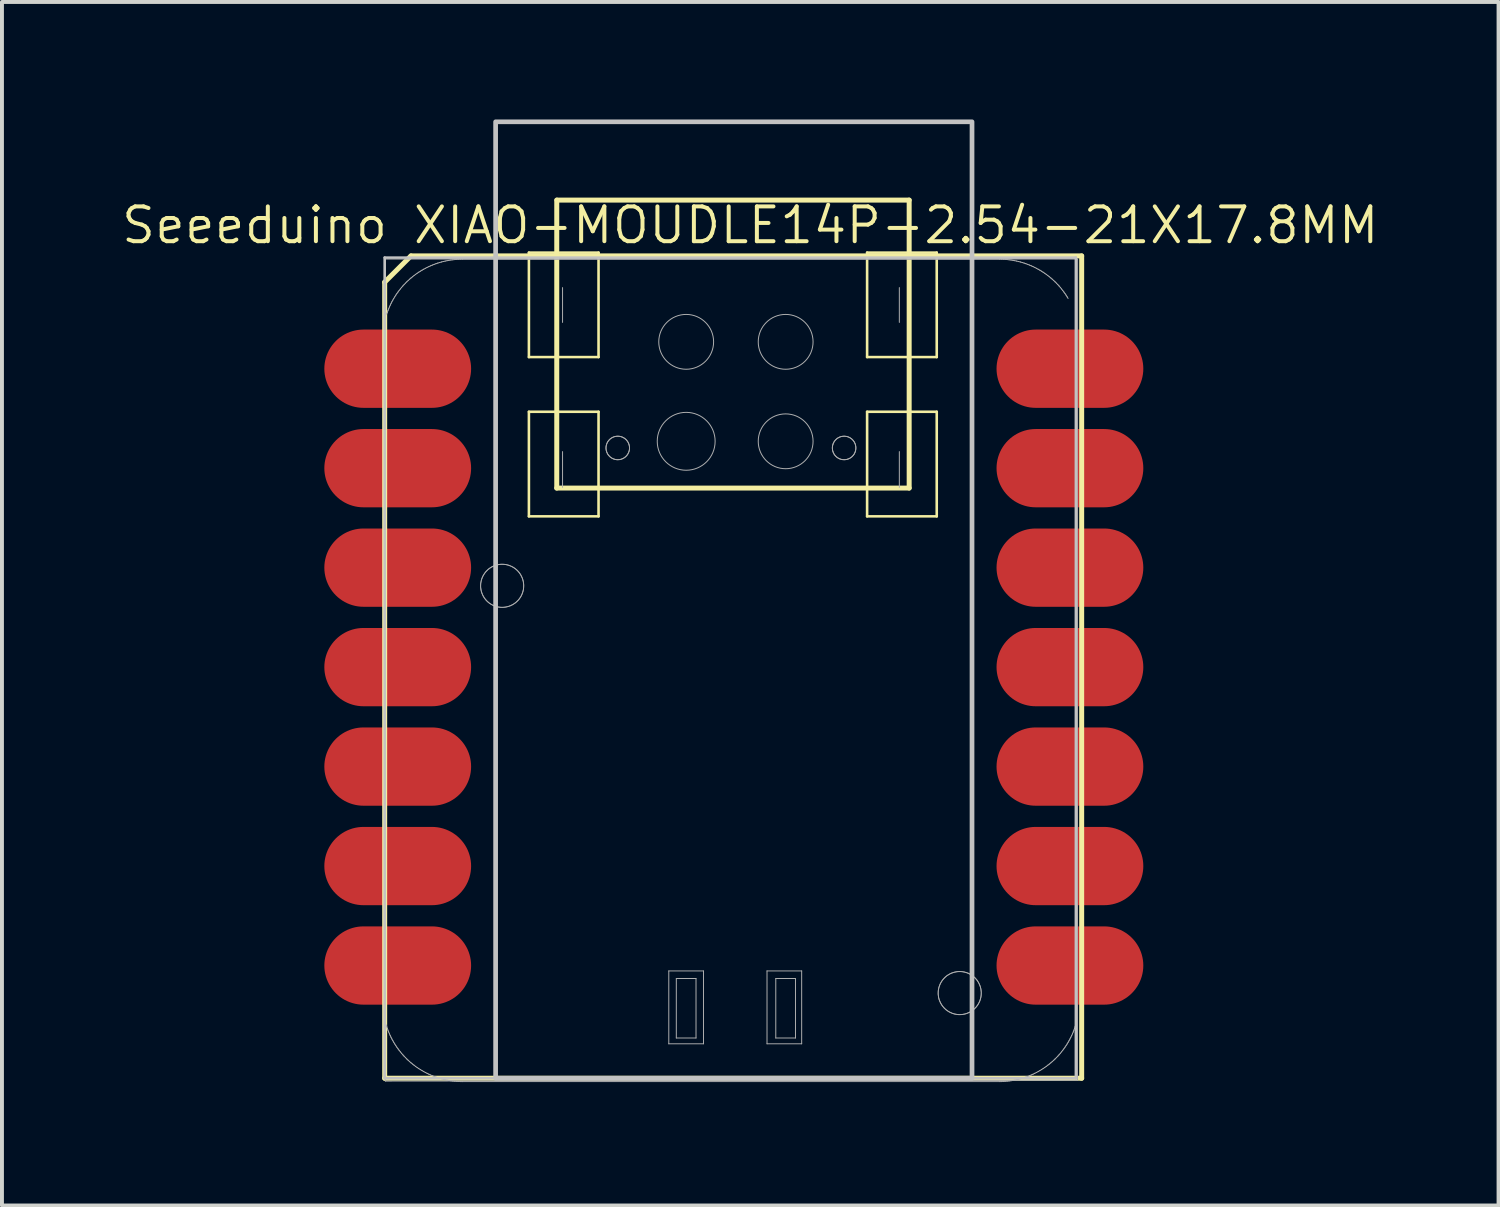
<source format=kicad_pcb>
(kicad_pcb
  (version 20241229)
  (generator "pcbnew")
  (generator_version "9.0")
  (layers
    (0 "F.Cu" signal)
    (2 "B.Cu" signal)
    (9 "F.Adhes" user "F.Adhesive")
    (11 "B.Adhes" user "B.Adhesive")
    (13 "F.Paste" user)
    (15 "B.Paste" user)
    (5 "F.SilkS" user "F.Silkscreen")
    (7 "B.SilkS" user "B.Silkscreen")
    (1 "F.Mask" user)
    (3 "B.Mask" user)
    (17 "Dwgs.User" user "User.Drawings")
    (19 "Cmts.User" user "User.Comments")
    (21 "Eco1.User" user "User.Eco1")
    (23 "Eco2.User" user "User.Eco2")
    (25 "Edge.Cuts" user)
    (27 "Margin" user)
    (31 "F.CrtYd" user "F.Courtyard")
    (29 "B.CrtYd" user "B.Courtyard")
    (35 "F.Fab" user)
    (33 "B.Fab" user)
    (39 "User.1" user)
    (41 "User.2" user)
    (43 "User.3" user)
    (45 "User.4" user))
  (footprint "Seeeduino XIAO-MOUDLE14P-2.54-21X17.8MM"
    (layer "F.Cu")
    (at 6.773 24.483)
    (property "Reference" "Seeeduino XIAO-MOUDLE14P-2.54-21X17.8MM" (at 9.335 -21.78 0) (layer "F.SilkS") (effects (font (size 0.889 0.889) (thickness 0.102))))
    (attr smd)
    (fp_line (start 0 -20.328) (end 0 0) (stroke (width 0.127) (type solid)) (layer "F.SilkS"))
    (fp_line (start 0 0) (end 17.798 0) (stroke (width 0.127) (type solid)) (layer "F.SilkS"))
    (fp_line (start 0.671 -20.998) (end 0 -20.328) (stroke (width 0.127) (type solid)) (layer "F.SilkS"))
    (fp_line (start 3.683 -21.082) (end 5.461 -21.082) (stroke (width 0.066) (type solid)) (layer "F.SilkS"))
    (fp_line (start 3.683 -18.415) (end 3.683 -21.082) (stroke (width 0.066) (type solid)) (layer "F.SilkS"))
    (fp_line (start 3.683 -18.415) (end 5.461 -18.415) (stroke (width 0.066) (type solid)) (layer "F.SilkS"))
    (fp_line (start 3.683 -17.018) (end 5.461 -17.018) (stroke (width 0.066) (type solid)) (layer "F.SilkS"))
    (fp_line (start 3.683 -14.348) (end 3.683 -17.018) (stroke (width 0.066) (type solid)) (layer "F.SilkS"))
    (fp_line (start 3.683 -14.348) (end 5.461 -14.348) (stroke (width 0.066) (type solid)) (layer "F.SilkS"))
    (fp_line (start 4.394 -15.07) (end 4.394 -22.423) (stroke (width 0.127) (type solid)) (layer "F.SilkS"))
    (fp_line (start 4.399 -22.423) (end 13.393 -22.423) (stroke (width 0.127) (type solid)) (layer "F.SilkS"))
    (fp_line (start 5.461 -18.415) (end 5.461 -21.082) (stroke (width 0.066) (type solid)) (layer "F.SilkS"))
    (fp_line (start 5.461 -14.348) (end 5.461 -17.018) (stroke (width 0.066) (type solid)) (layer "F.SilkS"))
    (fp_line (start 12.319 -21.082) (end 14.097 -21.082) (stroke (width 0.066) (type solid)) (layer "F.SilkS"))
    (fp_line (start 12.319 -18.415) (end 12.319 -21.082) (stroke (width 0.066) (type solid)) (layer "F.SilkS"))
    (fp_line (start 12.319 -18.415) (end 14.097 -18.415) (stroke (width 0.066) (type solid)) (layer "F.SilkS"))
    (fp_line (start 12.319 -17.018) (end 14.097 -17.018) (stroke (width 0.066) (type solid)) (layer "F.SilkS"))
    (fp_line (start 12.319 -14.348) (end 12.319 -17.018) (stroke (width 0.066) (type solid)) (layer "F.SilkS"))
    (fp_line (start 12.319 -14.348) (end 14.097 -14.348) (stroke (width 0.066) (type solid)) (layer "F.SilkS"))
    (fp_line (start 13.393 -22.423) (end 13.393 -15.07) (stroke (width 0.127) (type solid)) (layer "F.SilkS"))
    (fp_line (start 13.393 -15.07) (end 4.394 -15.07) (stroke (width 0.127) (type solid)) (layer "F.SilkS"))
    (fp_line (start 14.097 -18.415) (end 14.097 -21.082) (stroke (width 0.066) (type solid)) (layer "F.SilkS"))
    (fp_line (start 14.097 -14.348) (end 14.097 -17.018) (stroke (width 0.066) (type solid)) (layer "F.SilkS"))
    (fp_line (start 17.798 -20.998) (end 0.671 -20.998) (stroke (width 0.127) (type solid)) (layer "F.SilkS"))
    (fp_line (start 17.798 0) (end 17.798 -20.998) (stroke (width 0.127) (type solid)) (layer "F.SilkS"))
    (fp_line (start 0 -20.955) (end 17.65 -20.955) (stroke (width 0.066) (type solid)) (layer "Dwgs.User"))
    (fp_line (start 0 0) (end 0 -20.955) (stroke (width 0.066) (type solid)) (layer "Dwgs.User"))
    (fp_line (start 0 0) (end 17.65 0) (stroke (width 0.066) (type solid)) (layer "Dwgs.User"))
    (fp_line (start 17.65 0) (end 17.65 -20.955) (stroke (width 0.066) (type solid)) (layer "Dwgs.User"))
    (fp_rect (start 2.833 -24.423) (end 14.998 0) (stroke (width 0.12) (type solid)) (fill no) (layer "Dwgs.User"))
    (fp_line (start 0.017 -20.919) (end 17.694 -20.919) (stroke (width 0.025) (type solid)) (layer "F.Fab"))
    (fp_line (start 0.017 0.073) (end 0.017 -20.919) (stroke (width 0.025) (type solid)) (layer "F.Fab"))
    (fp_line (start 0.017 0.073) (end 17.694 0.052) (stroke (width 0.025) (type solid)) (layer "F.Fab"))
    (fp_line (start 0.037 -1.365) (end 0.051 -1.318) (stroke (width 0.025) (type solid)) (layer "F.Fab"))
    (fp_line (start 0.051 -1.318) (end 0.067 -1.272) (stroke (width 0.025) (type solid)) (layer "F.Fab"))
    (fp_line (start 0.067 -19.557) (end 0.051 -19.51) (stroke (width 0.025) (type solid)) (layer "F.Fab"))
    (fp_line (start 0.067 -1.272) (end 0.084 -1.226) (stroke (width 0.025) (type solid)) (layer "F.Fab"))
    (fp_line (start 0.084 -19.603) (end 0.067 -19.557) (stroke (width 0.025) (type solid)) (layer "F.Fab"))
    (fp_line (start 0.084 -1.226) (end 0.102 -1.18) (stroke (width 0.025) (type solid)) (layer "F.Fab"))
    (fp_line (start 0.102 -19.648) (end 0.084 -19.603) (stroke (width 0.025) (type solid)) (layer "F.Fab"))
    (fp_line (start 0.102 -1.18) (end 0.121 -1.135) (stroke (width 0.025) (type solid)) (layer "F.Fab"))
    (fp_line (start 0.121 -19.694) (end 0.102 -19.648) (stroke (width 0.025) (type solid)) (layer "F.Fab"))
    (fp_line (start 0.121 -1.135) (end 0.141 -1.09) (stroke (width 0.025) (type solid)) (layer "F.Fab"))
    (fp_line (start 0.141 -19.738) (end 0.121 -19.694) (stroke (width 0.025) (type solid)) (layer "F.Fab"))
    (fp_line (start 0.141 -1.09) (end 0.162 -1.046) (stroke (width 0.025) (type solid)) (layer "F.Fab"))
    (fp_line (start 0.162 -19.783) (end 0.141 -19.738) (stroke (width 0.025) (type solid)) (layer "F.Fab"))
    (fp_line (start 0.162 -1.046) (end 0.184 -1.002) (stroke (width 0.025) (type solid)) (layer "F.Fab"))
    (fp_line (start 0.184 -19.827) (end 0.162 -19.783) (stroke (width 0.025) (type solid)) (layer "F.Fab"))
    (fp_line (start 0.184 -1.002) (end 0.208 -0.959) (stroke (width 0.025) (type solid)) (layer "F.Fab"))
    (fp_line (start 0.208 -19.87) (end 0.184 -19.827) (stroke (width 0.025) (type solid)) (layer "F.Fab"))
    (fp_line (start 0.208 -0.959) (end 0.232 -0.916) (stroke (width 0.025) (type solid)) (layer "F.Fab"))
    (fp_line (start 0.232 -19.912) (end 0.208 -19.87) (stroke (width 0.025) (type solid)) (layer "F.Fab"))
    (fp_line (start 0.232 -0.916) (end 0.258 -0.874) (stroke (width 0.025) (type solid)) (layer "F.Fab"))
    (fp_line (start 0.258 -19.954) (end 0.232 -19.912) (stroke (width 0.025) (type solid)) (layer "F.Fab"))
    (fp_line (start 0.258 -0.874) (end 0.284 -0.833) (stroke (width 0.025) (type solid)) (layer "F.Fab"))
    (fp_line (start 0.284 -19.996) (end 0.258 -19.954) (stroke (width 0.025) (type solid)) (layer "F.Fab"))
    (fp_line (start 0.284 -0.833) (end 0.311 -0.792) (stroke (width 0.025) (type solid)) (layer "F.Fab"))
    (fp_line (start 0.311 -20.037) (end 0.284 -19.996) (stroke (width 0.025) (type solid)) (layer "F.Fab"))
    (fp_line (start 0.311 -0.792) (end 0.34 -0.752) (stroke (width 0.025) (type solid)) (layer "F.Fab"))
    (fp_line (start 0.34 -20.076) (end 0.311 -20.037) (stroke (width 0.025) (type solid)) (layer "F.Fab"))
    (fp_line (start 0.34 -0.752) (end 0.369 -0.713) (stroke (width 0.025) (type solid)) (layer "F.Fab"))
    (fp_line (start 0.369 -20.116) (end 0.34 -20.076) (stroke (width 0.025) (type solid)) (layer "F.Fab"))
    (fp_line (start 0.369 -0.713) (end 0.4 -0.674) (stroke (width 0.025) (type solid)) (layer "F.Fab"))
    (fp_line (start 0.4 -20.154) (end 0.369 -20.116) (stroke (width 0.025) (type solid)) (layer "F.Fab"))
    (fp_line (start 0.4 -0.674) (end 0.431 -0.636) (stroke (width 0.025) (type solid)) (layer "F.Fab"))
    (fp_line (start 0.431 -20.193) (end 0.4 -20.154) (stroke (width 0.025) (type solid)) (layer "F.Fab"))
    (fp_line (start 0.431 -0.636) (end 0.463 -0.599) (stroke (width 0.025) (type solid)) (layer "F.Fab"))
    (fp_line (start 0.463 -20.23) (end 0.431 -20.193) (stroke (width 0.025) (type solid)) (layer "F.Fab"))
    (fp_line (start 0.463 -0.599) (end 0.496 -0.562) (stroke (width 0.025) (type solid)) (layer "F.Fab"))
    (fp_line (start 0.496 -20.266) (end 0.463 -20.23) (stroke (width 0.025) (type solid)) (layer "F.Fab"))
    (fp_line (start 0.496 -0.562) (end 0.53 -0.527) (stroke (width 0.025) (type solid)) (layer "F.Fab"))
    (fp_line (start 0.53 -20.302) (end 0.496 -20.266) (stroke (width 0.025) (type solid)) (layer "F.Fab"))
    (fp_line (start 0.53 -0.527) (end 0.564 -0.492) (stroke (width 0.025) (type solid)) (layer "F.Fab"))
    (fp_line (start 0.564 -20.336) (end 0.53 -20.302) (stroke (width 0.025) (type solid)) (layer "F.Fab"))
    (fp_line (start 0.564 -0.492) (end 0.6 -0.458) (stroke (width 0.025) (type solid)) (layer "F.Fab"))
    (fp_line (start 0.6 -20.37) (end 0.564 -20.336) (stroke (width 0.025) (type solid)) (layer "F.Fab"))
    (fp_line (start 0.6 -0.458) (end 0.636 -0.425) (stroke (width 0.025) (type solid)) (layer "F.Fab"))
    (fp_line (start 0.636 -20.403) (end 0.6 -20.37) (stroke (width 0.025) (type solid)) (layer "F.Fab"))
    (fp_line (start 0.636 -0.425) (end 0.673 -0.393) (stroke (width 0.025) (type solid)) (layer "F.Fab"))
    (fp_line (start 0.673 -20.435) (end 0.636 -20.403) (stroke (width 0.025) (type solid)) (layer "F.Fab"))
    (fp_line (start 0.673 -0.393) (end 0.712 -0.362) (stroke (width 0.025) (type solid)) (layer "F.Fab"))
    (fp_line (start 0.712 -20.466) (end 0.673 -20.435) (stroke (width 0.025) (type solid)) (layer "F.Fab"))
    (fp_line (start 0.712 -0.362) (end 0.75 -0.332) (stroke (width 0.025) (type solid)) (layer "F.Fab"))
    (fp_line (start 0.75 -20.497) (end 0.712 -20.466) (stroke (width 0.025) (type solid)) (layer "F.Fab"))
    (fp_line (start 0.75 -0.332) (end 0.789 -0.302) (stroke (width 0.025) (type solid)) (layer "F.Fab"))
    (fp_line (start 0.789 -20.526) (end 0.75 -20.497) (stroke (width 0.025) (type solid)) (layer "F.Fab"))
    (fp_line (start 0.789 -0.302) (end 0.829 -0.274) (stroke (width 0.025) (type solid)) (layer "F.Fab"))
    (fp_line (start 0.829 -20.555) (end 0.789 -20.526) (stroke (width 0.025) (type solid)) (layer "F.Fab"))
    (fp_line (start 0.829 -0.274) (end 0.87 -0.246) (stroke (width 0.025) (type solid)) (layer "F.Fab"))
    (fp_line (start 0.87 -20.582) (end 0.829 -20.555) (stroke (width 0.025) (type solid)) (layer "F.Fab"))
    (fp_line (start 0.87 -0.246) (end 0.912 -0.22) (stroke (width 0.025) (type solid)) (layer "F.Fab"))
    (fp_line (start 0.912 -20.608) (end 0.87 -20.582) (stroke (width 0.025) (type solid)) (layer "F.Fab"))
    (fp_line (start 0.912 -0.22) (end 0.954 -0.195) (stroke (width 0.025) (type solid)) (layer "F.Fab"))
    (fp_line (start 0.954 -20.634) (end 0.912 -20.608) (stroke (width 0.025) (type solid)) (layer "F.Fab"))
    (fp_line (start 0.954 -0.195) (end 0.996 -0.17) (stroke (width 0.025) (type solid)) (layer "F.Fab"))
    (fp_line (start 0.996 -20.658) (end 0.954 -20.634) (stroke (width 0.025) (type solid)) (layer "F.Fab"))
    (fp_line (start 0.996 -0.17) (end 1.039 -0.147) (stroke (width 0.025) (type solid)) (layer "F.Fab"))
    (fp_line (start 1.039 -20.681) (end 0.996 -20.658) (stroke (width 0.025) (type solid)) (layer "F.Fab"))
    (fp_line (start 1.039 -0.147) (end 1.083 -0.125) (stroke (width 0.025) (type solid)) (layer "F.Fab"))
    (fp_line (start 1.083 -20.704) (end 1.039 -20.681) (stroke (width 0.025) (type solid)) (layer "F.Fab"))
    (fp_line (start 1.083 -0.125) (end 1.128 -0.103) (stroke (width 0.025) (type solid)) (layer "F.Fab"))
    (fp_line (start 1.128 -20.725) (end 1.083 -20.704) (stroke (width 0.025) (type solid)) (layer "F.Fab"))
    (fp_line (start 1.128 -0.103) (end 1.172 -0.083) (stroke (width 0.025) (type solid)) (layer "F.Fab"))
    (fp_line (start 1.172 -20.745) (end 1.128 -20.725) (stroke (width 0.025) (type solid)) (layer "F.Fab"))
    (fp_line (start 1.172 -0.083) (end 1.217 -0.064) (stroke (width 0.025) (type solid)) (layer "F.Fab"))
    (fp_line (start 1.217 -20.764) (end 1.172 -20.745) (stroke (width 0.025) (type solid)) (layer "F.Fab"))
    (fp_line (start 1.217 -0.064) (end 1.263 -0.046) (stroke (width 0.025) (type solid)) (layer "F.Fab"))
    (fp_line (start 1.263 -20.782) (end 1.217 -20.764) (stroke (width 0.025) (type solid)) (layer "F.Fab"))
    (fp_line (start 1.263 -0.046) (end 1.309 -0.03) (stroke (width 0.025) (type solid)) (layer "F.Fab"))
    (fp_line (start 1.309 -20.799) (end 1.263 -20.782) (stroke (width 0.025) (type solid)) (layer "F.Fab"))
    (fp_line (start 1.309 -0.03) (end 1.356 -0.014) (stroke (width 0.025) (type solid)) (layer "F.Fab"))
    (fp_line (start 1.356 -20.815) (end 1.309 -20.799) (stroke (width 0.025) (type solid)) (layer "F.Fab"))
    (fp_line (start 1.356 -0.014) (end 1.403 0.001) (stroke (width 0.025) (type solid)) (layer "F.Fab"))
    (fp_line (start 1.403 -20.829) (end 1.356 -20.815) (stroke (width 0.025) (type solid)) (layer "F.Fab"))
    (fp_line (start 1.403 0.001) (end 1.45 0.014) (stroke (width 0.025) (type solid)) (layer "F.Fab"))
    (fp_line (start 1.45 -20.843) (end 1.403 -20.829) (stroke (width 0.025) (type solid)) (layer "F.Fab"))
    (fp_line (start 1.45 0.014) (end 1.497 0.027) (stroke (width 0.025) (type solid)) (layer "F.Fab"))
    (fp_line (start 1.497 -20.855) (end 1.45 -20.843) (stroke (width 0.025) (type solid)) (layer "F.Fab"))
    (fp_line (start 1.497 0.027) (end 1.545 0.038) (stroke (width 0.025) (type solid)) (layer "F.Fab"))
    (fp_line (start 1.545 -20.866) (end 1.497 -20.855) (stroke (width 0.025) (type solid)) (layer "F.Fab"))
    (fp_line (start 1.545 0.038) (end 1.593 0.048) (stroke (width 0.025) (type solid)) (layer "F.Fab"))
    (fp_line (start 1.593 -20.876) (end 1.545 -20.866) (stroke (width 0.025) (type solid)) (layer "F.Fab"))
    (fp_line (start 1.593 0.048) (end 1.642 0.057) (stroke (width 0.025) (type solid)) (layer "F.Fab"))
    (fp_line (start 1.642 -20.885) (end 1.593 -20.876) (stroke (width 0.025) (type solid)) (layer "F.Fab"))
    (fp_line (start 1.642 0.057) (end 1.69 0.064) (stroke (width 0.025) (type solid)) (layer "F.Fab"))
    (fp_line (start 1.69 -20.893) (end 1.642 -20.885) (stroke (width 0.025) (type solid)) (layer "F.Fab"))
    (fp_line (start 1.69 0.064) (end 1.739 0.071) (stroke (width 0.025) (type solid)) (layer "F.Fab"))
    (fp_line (start 1.739 -20.899) (end 1.69 -20.893) (stroke (width 0.025) (type solid)) (layer "F.Fab"))
    (fp_line (start 1.739 0.071) (end 1.788 0.076) (stroke (width 0.025) (type solid)) (layer "F.Fab"))
    (fp_line (start 1.788 -20.905) (end 1.739 -20.899) (stroke (width 0.025) (type solid)) (layer "F.Fab"))
    (fp_line (start 1.788 0.076) (end 1.837 0.08) (stroke (width 0.025) (type solid)) (layer "F.Fab"))
    (fp_line (start 1.837 -20.909) (end 1.788 -20.905) (stroke (width 0.025) (type solid)) (layer "F.Fab"))
    (fp_line (start 1.837 0.08) (end 1.886 0.084) (stroke (width 0.025) (type solid)) (layer "F.Fab"))
    (fp_line (start 1.886 -20.912) (end 1.837 -20.909) (stroke (width 0.025) (type solid)) (layer "F.Fab"))
    (fp_line (start 1.886 0.084) (end 1.935 0.085) (stroke (width 0.025) (type solid)) (layer "F.Fab"))
    (fp_line (start 1.935 -20.914) (end 1.886 -20.912) (stroke (width 0.025) (type solid)) (layer "F.Fab"))
    (fp_line (start 1.935 0.085) (end 1.984 0.086) (stroke (width 0.025) (type solid)) (layer "F.Fab"))
    (fp_line (start 1.984 -20.914) (end 1.935 -20.914) (stroke (width 0.025) (type solid)) (layer "F.Fab"))
    (fp_line (start 1.984 0.086) (end 15.7 0.086) (stroke (width 0.025) (type solid)) (layer "F.Fab"))
    (fp_line (start 2.45 -12.58) (end 2.451 -12.604) (stroke (width 0.025) (type solid)) (layer "F.Fab"))
    (fp_line (start 2.45 -12.557) (end 2.45 -12.58) (stroke (width 0.025) (type solid)) (layer "F.Fab"))
    (fp_line (start 2.451 -12.604) (end 2.452 -12.627) (stroke (width 0.025) (type solid)) (layer "F.Fab"))
    (fp_line (start 2.451 -12.533) (end 2.45 -12.557) (stroke (width 0.025) (type solid)) (layer "F.Fab"))
    (fp_line (start 2.452 -12.627) (end 2.455 -12.65) (stroke (width 0.025) (type solid)) (layer "F.Fab"))
    (fp_line (start 2.454 -12.51) (end 2.451 -12.533) (stroke (width 0.025) (type solid)) (layer "F.Fab"))
    (fp_line (start 2.455 -12.65) (end 2.459 -12.673) (stroke (width 0.025) (type solid)) (layer "F.Fab"))
    (fp_line (start 2.457 -12.486) (end 2.454 -12.51) (stroke (width 0.025) (type solid)) (layer "F.Fab"))
    (fp_line (start 2.459 -12.673) (end 2.464 -12.697) (stroke (width 0.025) (type solid)) (layer "F.Fab"))
    (fp_line (start 2.461 -12.463) (end 2.457 -12.486) (stroke (width 0.025) (type solid)) (layer "F.Fab"))
    (fp_line (start 2.464 -12.697) (end 2.469 -12.719) (stroke (width 0.025) (type solid)) (layer "F.Fab"))
    (fp_line (start 2.466 -12.44) (end 2.461 -12.463) (stroke (width 0.025) (type solid)) (layer "F.Fab"))
    (fp_line (start 2.469 -12.719) (end 2.476 -12.742) (stroke (width 0.025) (type solid)) (layer "F.Fab"))
    (fp_line (start 2.472 -12.418) (end 2.466 -12.44) (stroke (width 0.025) (type solid)) (layer "F.Fab"))
    (fp_line (start 2.476 -12.742) (end 2.484 -12.764) (stroke (width 0.025) (type solid)) (layer "F.Fab"))
    (fp_line (start 2.48 -12.395) (end 2.472 -12.418) (stroke (width 0.025) (type solid)) (layer "F.Fab"))
    (fp_line (start 2.484 -12.764) (end 2.492 -12.786) (stroke (width 0.025) (type solid)) (layer "F.Fab"))
    (fp_line (start 2.488 -12.373) (end 2.48 -12.395) (stroke (width 0.025) (type solid)) (layer "F.Fab"))
    (fp_line (start 2.492 -12.786) (end 2.502 -12.807) (stroke (width 0.025) (type solid)) (layer "F.Fab"))
    (fp_line (start 2.497 -12.352) (end 2.488 -12.373) (stroke (width 0.025) (type solid)) (layer "F.Fab"))
    (fp_line (start 2.502 -12.807) (end 2.512 -12.828) (stroke (width 0.025) (type solid)) (layer "F.Fab"))
    (fp_line (start 2.507 -12.33) (end 2.497 -12.352) (stroke (width 0.025) (type solid)) (layer "F.Fab"))
    (fp_line (start 2.512 -12.828) (end 2.524 -12.849) (stroke (width 0.025) (type solid)) (layer "F.Fab"))
    (fp_line (start 2.518 -12.309) (end 2.507 -12.33) (stroke (width 0.025) (type solid)) (layer "F.Fab"))
    (fp_line (start 2.524 -12.849) (end 2.536 -12.869) (stroke (width 0.025) (type solid)) (layer "F.Fab"))
    (fp_line (start 2.53 -12.289) (end 2.518 -12.309) (stroke (width 0.025) (type solid)) (layer "F.Fab"))
    (fp_line (start 2.536 -12.869) (end 2.549 -12.889) (stroke (width 0.025) (type solid)) (layer "F.Fab"))
    (fp_line (start 2.542 -12.269) (end 2.53 -12.289) (stroke (width 0.025) (type solid)) (layer "F.Fab"))
    (fp_line (start 2.549 -12.889) (end 2.563 -12.908) (stroke (width 0.025) (type solid)) (layer "F.Fab"))
    (fp_line (start 2.556 -12.25) (end 2.542 -12.269) (stroke (width 0.025) (type solid)) (layer "F.Fab"))
    (fp_line (start 2.563 -12.908) (end 2.577 -12.926) (stroke (width 0.025) (type solid)) (layer "F.Fab"))
    (fp_line (start 2.57 -12.231) (end 2.556 -12.25) (stroke (width 0.025) (type solid)) (layer "F.Fab"))
    (fp_line (start 2.577 -12.926) (end 2.593 -12.944) (stroke (width 0.025) (type solid)) (layer "F.Fab"))
    (fp_line (start 2.585 -12.213) (end 2.57 -12.231) (stroke (width 0.025) (type solid)) (layer "F.Fab"))
    (fp_line (start 2.593 -12.944) (end 2.609 -12.961) (stroke (width 0.025) (type solid)) (layer "F.Fab"))
    (fp_line (start 2.601 -12.196) (end 2.585 -12.213) (stroke (width 0.025) (type solid)) (layer "F.Fab"))
    (fp_line (start 2.609 -12.961) (end 2.626 -12.977) (stroke (width 0.025) (type solid)) (layer "F.Fab"))
    (fp_line (start 2.617 -12.179) (end 2.601 -12.196) (stroke (width 0.025) (type solid)) (layer "F.Fab"))
    (fp_line (start 2.626 -12.977) (end 2.643 -12.993) (stroke (width 0.025) (type solid)) (layer "F.Fab"))
    (fp_line (start 2.635 -12.163) (end 2.617 -12.179) (stroke (width 0.025) (type solid)) (layer "F.Fab"))
    (fp_line (start 2.643 -12.993) (end 2.661 -13.008) (stroke (width 0.025) (type solid)) (layer "F.Fab"))
    (fp_line (start 2.652 -12.148) (end 2.635 -12.163) (stroke (width 0.025) (type solid)) (layer "F.Fab"))
    (fp_line (start 2.661 -13.008) (end 2.68 -13.022) (stroke (width 0.025) (type solid)) (layer "F.Fab"))
    (fp_line (start 2.671 -12.133) (end 2.652 -12.148) (stroke (width 0.025) (type solid)) (layer "F.Fab"))
    (fp_line (start 2.68 -13.022) (end 2.7 -13.035) (stroke (width 0.025) (type solid)) (layer "F.Fab"))
    (fp_line (start 2.69 -12.12) (end 2.671 -12.133) (stroke (width 0.025) (type solid)) (layer "F.Fab"))
    (fp_line (start 2.7 -13.035) (end 2.72 -13.047) (stroke (width 0.025) (type solid)) (layer "F.Fab"))
    (fp_line (start 2.71 -12.107) (end 2.69 -12.12) (stroke (width 0.025) (type solid)) (layer "F.Fab"))
    (fp_line (start 2.72 -13.047) (end 2.74 -13.059) (stroke (width 0.025) (type solid)) (layer "F.Fab"))
    (fp_line (start 2.73 -12.095) (end 2.71 -12.107) (stroke (width 0.025) (type solid)) (layer "F.Fab"))
    (fp_line (start 2.74 -13.059) (end 2.761 -13.07) (stroke (width 0.025) (type solid)) (layer "F.Fab"))
    (fp_line (start 2.751 -12.084) (end 2.73 -12.095) (stroke (width 0.025) (type solid)) (layer "F.Fab"))
    (fp_line (start 2.761 -13.07) (end 2.783 -13.079) (stroke (width 0.025) (type solid)) (layer "F.Fab"))
    (fp_line (start 2.772 -12.074) (end 2.751 -12.084) (stroke (width 0.025) (type solid)) (layer "F.Fab"))
    (fp_line (start 2.783 -13.079) (end 2.804 -13.088) (stroke (width 0.025) (type solid)) (layer "F.Fab"))
    (fp_line (start 2.794 -12.064) (end 2.772 -12.074) (stroke (width 0.025) (type solid)) (layer "F.Fab"))
    (fp_line (start 2.804 -13.088) (end 2.827 -13.096) (stroke (width 0.025) (type solid)) (layer "F.Fab"))
    (fp_line (start 2.815 -12.056) (end 2.794 -12.064) (stroke (width 0.025) (type solid)) (layer "F.Fab"))
    (fp_line (start 2.827 -13.096) (end 2.849 -13.103) (stroke (width 0.025) (type solid)) (layer "F.Fab"))
    (fp_line (start 2.838 -12.049) (end 2.815 -12.056) (stroke (width 0.025) (type solid)) (layer "F.Fab"))
    (fp_line (start 2.849 -13.103) (end 2.872 -13.109) (stroke (width 0.025) (type solid)) (layer "F.Fab"))
    (fp_line (start 2.86 -12.042) (end 2.838 -12.049) (stroke (width 0.025) (type solid)) (layer "F.Fab"))
    (fp_line (start 2.872 -13.109) (end 2.895 -13.114) (stroke (width 0.025) (type solid)) (layer "F.Fab"))
    (fp_line (start 2.883 -12.037) (end 2.86 -12.042) (stroke (width 0.025) (type solid)) (layer "F.Fab"))
    (fp_line (start 2.895 -13.114) (end 2.918 -13.118) (stroke (width 0.025) (type solid)) (layer "F.Fab"))
    (fp_line (start 2.906 -12.032) (end 2.883 -12.037) (stroke (width 0.025) (type solid)) (layer "F.Fab"))
    (fp_line (start 2.918 -13.118) (end 2.941 -13.121) (stroke (width 0.025) (type solid)) (layer "F.Fab"))
    (fp_line (start 2.929 -12.029) (end 2.906 -12.032) (stroke (width 0.025) (type solid)) (layer "F.Fab"))
    (fp_line (start 2.941 -13.121) (end 2.964 -13.123) (stroke (width 0.025) (type solid)) (layer "F.Fab"))
    (fp_line (start 2.953 -12.026) (end 2.929 -12.029) (stroke (width 0.025) (type solid)) (layer "F.Fab"))
    (fp_line (start 2.964 -13.123) (end 2.988 -13.124) (stroke (width 0.025) (type solid)) (layer "F.Fab"))
    (fp_line (start 2.976 -12.025) (end 2.953 -12.026) (stroke (width 0.025) (type solid)) (layer "F.Fab"))
    (fp_line (start 2.988 -13.124) (end 3.011 -13.124) (stroke (width 0.025) (type solid)) (layer "F.Fab"))
    (fp_line (start 3 -12.024) (end 2.976 -12.025) (stroke (width 0.025) (type solid)) (layer "F.Fab"))
    (fp_line (start 3.011 -13.124) (end 3.035 -13.123) (stroke (width 0.025) (type solid)) (layer "F.Fab"))
    (fp_line (start 3.023 -12.025) (end 3 -12.024) (stroke (width 0.025) (type solid)) (layer "F.Fab"))
    (fp_line (start 3.035 -13.123) (end 3.058 -13.121) (stroke (width 0.025) (type solid)) (layer "F.Fab"))
    (fp_line (start 3.047 -12.026) (end 3.023 -12.025) (stroke (width 0.025) (type solid)) (layer "F.Fab"))
    (fp_line (start 3.058 -13.121) (end 3.082 -13.118) (stroke (width 0.025) (type solid)) (layer "F.Fab"))
    (fp_line (start 3.07 -12.029) (end 3.047 -12.026) (stroke (width 0.025) (type solid)) (layer "F.Fab"))
    (fp_line (start 3.082 -13.118) (end 3.105 -13.114) (stroke (width 0.025) (type solid)) (layer "F.Fab"))
    (fp_line (start 3.093 -12.032) (end 3.07 -12.029) (stroke (width 0.025) (type solid)) (layer "F.Fab"))
    (fp_line (start 3.105 -13.114) (end 3.128 -13.109) (stroke (width 0.025) (type solid)) (layer "F.Fab"))
    (fp_line (start 3.116 -12.037) (end 3.093 -12.032) (stroke (width 0.025) (type solid)) (layer "F.Fab"))
    (fp_line (start 3.128 -13.109) (end 3.151 -13.103) (stroke (width 0.025) (type solid)) (layer "F.Fab"))
    (fp_line (start 3.139 -12.042) (end 3.116 -12.037) (stroke (width 0.025) (type solid)) (layer "F.Fab"))
    (fp_line (start 3.151 -13.103) (end 3.173 -13.096) (stroke (width 0.025) (type solid)) (layer "F.Fab"))
    (fp_line (start 3.162 -12.049) (end 3.139 -12.042) (stroke (width 0.025) (type solid)) (layer "F.Fab"))
    (fp_line (start 3.173 -13.096) (end 3.195 -13.088) (stroke (width 0.025) (type solid)) (layer "F.Fab"))
    (fp_line (start 3.184 -12.056) (end 3.162 -12.049) (stroke (width 0.025) (type solid)) (layer "F.Fab"))
    (fp_line (start 3.195 -13.088) (end 3.217 -13.079) (stroke (width 0.025) (type solid)) (layer "F.Fab"))
    (fp_line (start 3.206 -12.064) (end 3.184 -12.056) (stroke (width 0.025) (type solid)) (layer "F.Fab"))
    (fp_line (start 3.217 -13.079) (end 3.238 -13.07) (stroke (width 0.025) (type solid)) (layer "F.Fab"))
    (fp_line (start 3.228 -12.074) (end 3.206 -12.064) (stroke (width 0.025) (type solid)) (layer "F.Fab"))
    (fp_line (start 3.238 -13.07) (end 3.259 -13.059) (stroke (width 0.025) (type solid)) (layer "F.Fab"))
    (fp_line (start 3.249 -12.084) (end 3.228 -12.074) (stroke (width 0.025) (type solid)) (layer "F.Fab"))
    (fp_line (start 3.259 -13.059) (end 3.28 -13.047) (stroke (width 0.025) (type solid)) (layer "F.Fab"))
    (fp_line (start 3.27 -12.095) (end 3.249 -12.084) (stroke (width 0.025) (type solid)) (layer "F.Fab"))
    (fp_line (start 3.28 -13.047) (end 3.3 -13.035) (stroke (width 0.025) (type solid)) (layer "F.Fab"))
    (fp_line (start 3.29 -12.107) (end 3.27 -12.095) (stroke (width 0.025) (type solid)) (layer "F.Fab"))
    (fp_line (start 3.3 -13.035) (end 3.319 -13.022) (stroke (width 0.025) (type solid)) (layer "F.Fab"))
    (fp_line (start 3.31 -12.12) (end 3.29 -12.107) (stroke (width 0.025) (type solid)) (layer "F.Fab"))
    (fp_line (start 3.319 -13.022) (end 3.338 -13.008) (stroke (width 0.025) (type solid)) (layer "F.Fab"))
    (fp_line (start 3.329 -12.133) (end 3.31 -12.12) (stroke (width 0.025) (type solid)) (layer "F.Fab"))
    (fp_line (start 3.338 -13.008) (end 3.356 -12.993) (stroke (width 0.025) (type solid)) (layer "F.Fab"))
    (fp_line (start 3.347 -12.148) (end 3.329 -12.133) (stroke (width 0.025) (type solid)) (layer "F.Fab"))
    (fp_line (start 3.356 -12.993) (end 3.374 -12.977) (stroke (width 0.025) (type solid)) (layer "F.Fab"))
    (fp_line (start 3.365 -12.163) (end 3.347 -12.148) (stroke (width 0.025) (type solid)) (layer "F.Fab"))
    (fp_line (start 3.374 -12.977) (end 3.391 -12.961) (stroke (width 0.025) (type solid)) (layer "F.Fab"))
    (fp_line (start 3.382 -12.179) (end 3.365 -12.163) (stroke (width 0.025) (type solid)) (layer "F.Fab"))
    (fp_line (start 3.391 -12.961) (end 3.407 -12.944) (stroke (width 0.025) (type solid)) (layer "F.Fab"))
    (fp_line (start 3.399 -12.196) (end 3.382 -12.179) (stroke (width 0.025) (type solid)) (layer "F.Fab"))
    (fp_line (start 3.407 -12.944) (end 3.422 -12.926) (stroke (width 0.025) (type solid)) (layer "F.Fab"))
    (fp_line (start 3.415 -12.213) (end 3.399 -12.196) (stroke (width 0.025) (type solid)) (layer "F.Fab"))
    (fp_line (start 3.422 -12.926) (end 3.437 -12.908) (stroke (width 0.025) (type solid)) (layer "F.Fab"))
    (fp_line (start 3.43 -12.231) (end 3.415 -12.213) (stroke (width 0.025) (type solid)) (layer "F.Fab"))
    (fp_line (start 3.437 -12.908) (end 3.451 -12.889) (stroke (width 0.025) (type solid)) (layer "F.Fab"))
    (fp_line (start 3.444 -12.25) (end 3.43 -12.231) (stroke (width 0.025) (type solid)) (layer "F.Fab"))
    (fp_line (start 3.451 -12.889) (end 3.464 -12.869) (stroke (width 0.025) (type solid)) (layer "F.Fab"))
    (fp_line (start 3.458 -12.269) (end 3.444 -12.25) (stroke (width 0.025) (type solid)) (layer "F.Fab"))
    (fp_line (start 3.464 -12.869) (end 3.476 -12.849) (stroke (width 0.025) (type solid)) (layer "F.Fab"))
    (fp_line (start 3.47 -12.289) (end 3.458 -12.269) (stroke (width 0.025) (type solid)) (layer "F.Fab"))
    (fp_line (start 3.476 -12.849) (end 3.487 -12.828) (stroke (width 0.025) (type solid)) (layer "F.Fab"))
    (fp_line (start 3.482 -12.309) (end 3.47 -12.289) (stroke (width 0.025) (type solid)) (layer "F.Fab"))
    (fp_line (start 3.487 -12.828) (end 3.498 -12.807) (stroke (width 0.025) (type solid)) (layer "F.Fab"))
    (fp_line (start 3.493 -12.33) (end 3.482 -12.309) (stroke (width 0.025) (type solid)) (layer "F.Fab"))
    (fp_line (start 3.498 -12.807) (end 3.507 -12.786) (stroke (width 0.025) (type solid)) (layer "F.Fab"))
    (fp_line (start 3.503 -12.352) (end 3.493 -12.33) (stroke (width 0.025) (type solid)) (layer "F.Fab"))
    (fp_line (start 3.507 -12.786) (end 3.516 -12.764) (stroke (width 0.025) (type solid)) (layer "F.Fab"))
    (fp_line (start 3.512 -12.373) (end 3.503 -12.352) (stroke (width 0.025) (type solid)) (layer "F.Fab"))
    (fp_line (start 3.516 -12.764) (end 3.524 -12.742) (stroke (width 0.025) (type solid)) (layer "F.Fab"))
    (fp_line (start 3.52 -12.395) (end 3.512 -12.373) (stroke (width 0.025) (type solid)) (layer "F.Fab"))
    (fp_line (start 3.524 -12.742) (end 3.53 -12.719) (stroke (width 0.025) (type solid)) (layer "F.Fab"))
    (fp_line (start 3.527 -12.418) (end 3.52 -12.395) (stroke (width 0.025) (type solid)) (layer "F.Fab"))
    (fp_line (start 3.53 -12.719) (end 3.536 -12.697) (stroke (width 0.025) (type solid)) (layer "F.Fab"))
    (fp_line (start 3.533 -12.44) (end 3.527 -12.418) (stroke (width 0.025) (type solid)) (layer "F.Fab"))
    (fp_line (start 3.536 -12.697) (end 3.541 -12.673) (stroke (width 0.025) (type solid)) (layer "F.Fab"))
    (fp_line (start 3.539 -12.463) (end 3.533 -12.44) (stroke (width 0.025) (type solid)) (layer "F.Fab"))
    (fp_line (start 3.541 -12.673) (end 3.544 -12.65) (stroke (width 0.025) (type solid)) (layer "F.Fab"))
    (fp_line (start 3.543 -12.486) (end 3.539 -12.463) (stroke (width 0.025) (type solid)) (layer "F.Fab"))
    (fp_line (start 3.544 -12.65) (end 3.547 -12.627) (stroke (width 0.025) (type solid)) (layer "F.Fab"))
    (fp_line (start 3.546 -12.51) (end 3.543 -12.486) (stroke (width 0.025) (type solid)) (layer "F.Fab"))
    (fp_line (start 3.547 -12.627) (end 3.549 -12.604) (stroke (width 0.025) (type solid)) (layer "F.Fab"))
    (fp_line (start 3.548 -12.533) (end 3.546 -12.51) (stroke (width 0.025) (type solid)) (layer "F.Fab"))
    (fp_line (start 3.549 -12.604) (end 3.55 -12.58) (stroke (width 0.025) (type solid)) (layer "F.Fab"))
    (fp_line (start 3.549 -12.557) (end 3.548 -12.533) (stroke (width 0.025) (type solid)) (layer "F.Fab"))
    (fp_line (start 3.55 -12.58) (end 3.549 -12.557) (stroke (width 0.025) (type solid)) (layer "F.Fab"))
    (fp_line (start 4.542 -19.3) (end 4.542 -20.189) (stroke (width 0.025) (type solid)) (layer "F.Fab"))
    (fp_line (start 4.542 -15.087) (end 4.542 -16.001) (stroke (width 0.025) (type solid)) (layer "F.Fab"))
    (fp_line (start 5.652 -16.094) (end 5.652 -16.112) (stroke (width 0.025) (type solid)) (layer "F.Fab"))
    (fp_line (start 5.652 -16.112) (end 5.654 -16.129) (stroke (width 0.025) (type solid)) (layer "F.Fab"))
    (fp_line (start 5.652 -16.077) (end 5.652 -16.094) (stroke (width 0.025) (type solid)) (layer "F.Fab"))
    (fp_line (start 5.654 -16.129) (end 5.656 -16.146) (stroke (width 0.025) (type solid)) (layer "F.Fab"))
    (fp_line (start 5.654 -16.059) (end 5.652 -16.077) (stroke (width 0.025) (type solid)) (layer "F.Fab"))
    (fp_line (start 5.656 -16.146) (end 5.66 -16.163) (stroke (width 0.025) (type solid)) (layer "F.Fab"))
    (fp_line (start 5.656 -16.042) (end 5.654 -16.059) (stroke (width 0.025) (type solid)) (layer "F.Fab"))
    (fp_line (start 5.66 -16.163) (end 5.665 -16.18) (stroke (width 0.025) (type solid)) (layer "F.Fab"))
    (fp_line (start 5.66 -16.025) (end 5.656 -16.042) (stroke (width 0.025) (type solid)) (layer "F.Fab"))
    (fp_line (start 5.665 -16.18) (end 5.67 -16.197) (stroke (width 0.025) (type solid)) (layer "F.Fab"))
    (fp_line (start 5.665 -16.008) (end 5.66 -16.025) (stroke (width 0.025) (type solid)) (layer "F.Fab"))
    (fp_line (start 5.67 -16.197) (end 5.676 -16.213) (stroke (width 0.025) (type solid)) (layer "F.Fab"))
    (fp_line (start 5.67 -15.992) (end 5.665 -16.008) (stroke (width 0.025) (type solid)) (layer "F.Fab"))
    (fp_line (start 5.676 -16.213) (end 5.684 -16.229) (stroke (width 0.025) (type solid)) (layer "F.Fab"))
    (fp_line (start 5.676 -15.975) (end 5.67 -15.992) (stroke (width 0.025) (type solid)) (layer "F.Fab"))
    (fp_line (start 5.684 -16.229) (end 5.692 -16.244) (stroke (width 0.025) (type solid)) (layer "F.Fab"))
    (fp_line (start 5.684 -15.96) (end 5.676 -15.975) (stroke (width 0.025) (type solid)) (layer "F.Fab"))
    (fp_line (start 5.692 -16.244) (end 5.701 -16.259) (stroke (width 0.025) (type solid)) (layer "F.Fab"))
    (fp_line (start 5.692 -15.944) (end 5.684 -15.96) (stroke (width 0.025) (type solid)) (layer "F.Fab"))
    (fp_line (start 5.701 -16.259) (end 5.711 -16.273) (stroke (width 0.025) (type solid)) (layer "F.Fab"))
    (fp_line (start 5.701 -15.929) (end 5.692 -15.944) (stroke (width 0.025) (type solid)) (layer "F.Fab"))
    (fp_line (start 5.711 -16.273) (end 5.722 -16.287) (stroke (width 0.025) (type solid)) (layer "F.Fab"))
    (fp_line (start 5.711 -15.915) (end 5.701 -15.929) (stroke (width 0.025) (type solid)) (layer "F.Fab"))
    (fp_line (start 5.722 -16.287) (end 5.734 -16.3) (stroke (width 0.025) (type solid)) (layer "F.Fab"))
    (fp_line (start 5.722 -15.901) (end 5.711 -15.915) (stroke (width 0.025) (type solid)) (layer "F.Fab"))
    (fp_line (start 5.734 -16.3) (end 5.746 -16.312) (stroke (width 0.025) (type solid)) (layer "F.Fab"))
    (fp_line (start 5.734 -15.889) (end 5.722 -15.901) (stroke (width 0.025) (type solid)) (layer "F.Fab"))
    (fp_line (start 5.746 -16.312) (end 5.759 -16.324) (stroke (width 0.025) (type solid)) (layer "F.Fab"))
    (fp_line (start 5.746 -15.876) (end 5.734 -15.889) (stroke (width 0.025) (type solid)) (layer "F.Fab"))
    (fp_line (start 5.759 -16.324) (end 5.773 -16.335) (stroke (width 0.025) (type solid)) (layer "F.Fab"))
    (fp_line (start 5.759 -15.864) (end 5.746 -15.876) (stroke (width 0.025) (type solid)) (layer "F.Fab"))
    (fp_line (start 5.773 -16.335) (end 5.787 -16.345) (stroke (width 0.025) (type solid)) (layer "F.Fab"))
    (fp_line (start 5.773 -15.854) (end 5.759 -15.864) (stroke (width 0.025) (type solid)) (layer "F.Fab"))
    (fp_line (start 5.787 -16.345) (end 5.802 -16.354) (stroke (width 0.025) (type solid)) (layer "F.Fab"))
    (fp_line (start 5.787 -15.844) (end 5.773 -15.854) (stroke (width 0.025) (type solid)) (layer "F.Fab"))
    (fp_line (start 5.802 -16.354) (end 5.817 -16.362) (stroke (width 0.025) (type solid)) (layer "F.Fab"))
    (fp_line (start 5.802 -15.834) (end 5.787 -15.844) (stroke (width 0.025) (type solid)) (layer "F.Fab"))
    (fp_line (start 5.817 -16.362) (end 5.833 -16.37) (stroke (width 0.025) (type solid)) (layer "F.Fab"))
    (fp_line (start 5.817 -15.826) (end 5.802 -15.834) (stroke (width 0.025) (type solid)) (layer "F.Fab"))
    (fp_line (start 5.833 -16.37) (end 5.849 -16.376) (stroke (width 0.025) (type solid)) (layer "F.Fab"))
    (fp_line (start 5.833 -15.819) (end 5.817 -15.826) (stroke (width 0.025) (type solid)) (layer "F.Fab"))
    (fp_line (start 5.849 -16.376) (end 5.866 -16.382) (stroke (width 0.025) (type solid)) (layer "F.Fab"))
    (fp_line (start 5.849 -15.812) (end 5.833 -15.819) (stroke (width 0.025) (type solid)) (layer "F.Fab"))
    (fp_line (start 5.866 -16.382) (end 5.883 -16.386) (stroke (width 0.025) (type solid)) (layer "F.Fab"))
    (fp_line (start 5.866 -15.807) (end 5.849 -15.812) (stroke (width 0.025) (type solid)) (layer "F.Fab"))
    (fp_line (start 5.883 -16.386) (end 5.9 -16.39) (stroke (width 0.025) (type solid)) (layer "F.Fab"))
    (fp_line (start 5.883 -15.802) (end 5.866 -15.807) (stroke (width 0.025) (type solid)) (layer "F.Fab"))
    (fp_line (start 5.9 -16.39) (end 5.917 -16.392) (stroke (width 0.025) (type solid)) (layer "F.Fab"))
    (fp_line (start 5.9 -15.799) (end 5.883 -15.802) (stroke (width 0.025) (type solid)) (layer "F.Fab"))
    (fp_line (start 5.917 -16.392) (end 5.934 -16.394) (stroke (width 0.025) (type solid)) (layer "F.Fab"))
    (fp_line (start 5.917 -15.796) (end 5.9 -15.799) (stroke (width 0.025) (type solid)) (layer "F.Fab"))
    (fp_line (start 5.934 -16.394) (end 5.952 -16.394) (stroke (width 0.025) (type solid)) (layer "F.Fab"))
    (fp_line (start 5.934 -15.795) (end 5.917 -15.796) (stroke (width 0.025) (type solid)) (layer "F.Fab"))
    (fp_line (start 5.952 -16.394) (end 5.969 -16.394) (stroke (width 0.025) (type solid)) (layer "F.Fab"))
    (fp_line (start 5.952 -15.794) (end 5.934 -15.795) (stroke (width 0.025) (type solid)) (layer "F.Fab"))
    (fp_line (start 5.969 -16.394) (end 5.987 -16.392) (stroke (width 0.025) (type solid)) (layer "F.Fab"))
    (fp_line (start 5.969 -15.795) (end 5.952 -15.794) (stroke (width 0.025) (type solid)) (layer "F.Fab"))
    (fp_line (start 5.987 -16.392) (end 6.004 -16.39) (stroke (width 0.025) (type solid)) (layer "F.Fab"))
    (fp_line (start 5.987 -15.796) (end 5.969 -15.795) (stroke (width 0.025) (type solid)) (layer "F.Fab"))
    (fp_line (start 6.004 -16.39) (end 6.021 -16.386) (stroke (width 0.025) (type solid)) (layer "F.Fab"))
    (fp_line (start 6.004 -15.799) (end 5.987 -15.796) (stroke (width 0.025) (type solid)) (layer "F.Fab"))
    (fp_line (start 6.021 -16.386) (end 6.038 -16.382) (stroke (width 0.025) (type solid)) (layer "F.Fab"))
    (fp_line (start 6.021 -15.802) (end 6.004 -15.799) (stroke (width 0.025) (type solid)) (layer "F.Fab"))
    (fp_line (start 6.038 -16.382) (end 6.054 -16.376) (stroke (width 0.025) (type solid)) (layer "F.Fab"))
    (fp_line (start 6.038 -15.807) (end 6.021 -15.802) (stroke (width 0.025) (type solid)) (layer "F.Fab"))
    (fp_line (start 6.054 -16.376) (end 6.071 -16.37) (stroke (width 0.025) (type solid)) (layer "F.Fab"))
    (fp_line (start 6.054 -15.812) (end 6.038 -15.807) (stroke (width 0.025) (type solid)) (layer "F.Fab"))
    (fp_line (start 6.071 -16.37) (end 6.086 -16.362) (stroke (width 0.025) (type solid)) (layer "F.Fab"))
    (fp_line (start 6.071 -15.819) (end 6.054 -15.812) (stroke (width 0.025) (type solid)) (layer "F.Fab"))
    (fp_line (start 6.086 -16.362) (end 6.102 -16.354) (stroke (width 0.025) (type solid)) (layer "F.Fab"))
    (fp_line (start 6.086 -15.826) (end 6.071 -15.819) (stroke (width 0.025) (type solid)) (layer "F.Fab"))
    (fp_line (start 6.102 -16.354) (end 6.117 -16.345) (stroke (width 0.025) (type solid)) (layer "F.Fab"))
    (fp_line (start 6.102 -15.834) (end 6.086 -15.826) (stroke (width 0.025) (type solid)) (layer "F.Fab"))
    (fp_line (start 6.117 -16.345) (end 6.131 -16.335) (stroke (width 0.025) (type solid)) (layer "F.Fab"))
    (fp_line (start 6.117 -15.844) (end 6.102 -15.834) (stroke (width 0.025) (type solid)) (layer "F.Fab"))
    (fp_line (start 6.131 -16.335) (end 6.145 -16.324) (stroke (width 0.025) (type solid)) (layer "F.Fab"))
    (fp_line (start 6.131 -15.854) (end 6.117 -15.844) (stroke (width 0.025) (type solid)) (layer "F.Fab"))
    (fp_line (start 6.145 -16.324) (end 6.158 -16.312) (stroke (width 0.025) (type solid)) (layer "F.Fab"))
    (fp_line (start 6.145 -15.864) (end 6.131 -15.854) (stroke (width 0.025) (type solid)) (layer "F.Fab"))
    (fp_line (start 6.158 -16.312) (end 6.17 -16.3) (stroke (width 0.025) (type solid)) (layer "F.Fab"))
    (fp_line (start 6.158 -15.876) (end 6.145 -15.864) (stroke (width 0.025) (type solid)) (layer "F.Fab"))
    (fp_line (start 6.17 -16.3) (end 6.182 -16.287) (stroke (width 0.025) (type solid)) (layer "F.Fab"))
    (fp_line (start 6.17 -15.889) (end 6.158 -15.876) (stroke (width 0.025) (type solid)) (layer "F.Fab"))
    (fp_line (start 6.182 -16.287) (end 6.192 -16.273) (stroke (width 0.025) (type solid)) (layer "F.Fab"))
    (fp_line (start 6.182 -15.901) (end 6.17 -15.889) (stroke (width 0.025) (type solid)) (layer "F.Fab"))
    (fp_line (start 6.192 -16.273) (end 6.202 -16.259) (stroke (width 0.025) (type solid)) (layer "F.Fab"))
    (fp_line (start 6.192 -15.915) (end 6.182 -15.901) (stroke (width 0.025) (type solid)) (layer "F.Fab"))
    (fp_line (start 6.202 -16.259) (end 6.212 -16.244) (stroke (width 0.025) (type solid)) (layer "F.Fab"))
    (fp_line (start 6.202 -15.929) (end 6.192 -15.915) (stroke (width 0.025) (type solid)) (layer "F.Fab"))
    (fp_line (start 6.212 -16.244) (end 6.22 -16.229) (stroke (width 0.025) (type solid)) (layer "F.Fab"))
    (fp_line (start 6.212 -15.944) (end 6.202 -15.929) (stroke (width 0.025) (type solid)) (layer "F.Fab"))
    (fp_line (start 6.22 -16.229) (end 6.227 -16.213) (stroke (width 0.025) (type solid)) (layer "F.Fab"))
    (fp_line (start 6.22 -15.96) (end 6.212 -15.944) (stroke (width 0.025) (type solid)) (layer "F.Fab"))
    (fp_line (start 6.227 -16.213) (end 6.234 -16.197) (stroke (width 0.025) (type solid)) (layer "F.Fab"))
    (fp_line (start 6.227 -15.975) (end 6.22 -15.96) (stroke (width 0.025) (type solid)) (layer "F.Fab"))
    (fp_line (start 6.234 -16.197) (end 6.239 -16.18) (stroke (width 0.025) (type solid)) (layer "F.Fab"))
    (fp_line (start 6.234 -15.992) (end 6.227 -15.975) (stroke (width 0.025) (type solid)) (layer "F.Fab"))
    (fp_line (start 6.239 -16.18) (end 6.244 -16.163) (stroke (width 0.025) (type solid)) (layer "F.Fab"))
    (fp_line (start 6.239 -16.008) (end 6.234 -15.992) (stroke (width 0.025) (type solid)) (layer "F.Fab"))
    (fp_line (start 6.244 -16.163) (end 6.247 -16.146) (stroke (width 0.025) (type solid)) (layer "F.Fab"))
    (fp_line (start 6.244 -16.025) (end 6.239 -16.008) (stroke (width 0.025) (type solid)) (layer "F.Fab"))
    (fp_line (start 6.247 -16.146) (end 6.25 -16.129) (stroke (width 0.025) (type solid)) (layer "F.Fab"))
    (fp_line (start 6.247 -16.042) (end 6.244 -16.025) (stroke (width 0.025) (type solid)) (layer "F.Fab"))
    (fp_line (start 6.25 -16.129) (end 6.251 -16.112) (stroke (width 0.025) (type solid)) (layer "F.Fab"))
    (fp_line (start 6.25 -16.059) (end 6.247 -16.042) (stroke (width 0.025) (type solid)) (layer "F.Fab"))
    (fp_line (start 6.251 -16.112) (end 6.252 -16.094) (stroke (width 0.025) (type solid)) (layer "F.Fab"))
    (fp_line (start 6.251 -16.077) (end 6.25 -16.059) (stroke (width 0.025) (type solid)) (layer "F.Fab"))
    (fp_line (start 6.252 -16.094) (end 6.251 -16.077) (stroke (width 0.025) (type solid)) (layer "F.Fab"))
    (fp_line (start 7.255 -2.74) (end 8.141 -2.74) (stroke (width 0.025) (type solid)) (layer "F.Fab"))
    (fp_line (start 7.255 -0.879) (end 7.255 -2.74) (stroke (width 0.025) (type solid)) (layer "F.Fab"))
    (fp_line (start 7.447 -2.546) (end 7.447 -1.027) (stroke (width 0.025) (type solid)) (layer "F.Fab"))
    (fp_line (start 7.447 -2.546) (end 7.95 -2.546) (stroke (width 0.025) (type solid)) (layer "F.Fab"))
    (fp_line (start 7.95 -2.546) (end 7.95 -1.027) (stroke (width 0.025) (type solid)) (layer "F.Fab"))
    (fp_line (start 7.95 -1.027) (end 7.447 -1.027) (stroke (width 0.025) (type solid)) (layer "F.Fab"))
    (fp_line (start 8.141 -2.74) (end 8.141 -0.879) (stroke (width 0.025) (type solid)) (layer "F.Fab"))
    (fp_line (start 8.141 -0.879) (end 7.255 -0.879) (stroke (width 0.025) (type solid)) (layer "F.Fab"))
    (fp_line (start 9.763 -2.74) (end 10.648 -2.74) (stroke (width 0.025) (type solid)) (layer "F.Fab"))
    (fp_line (start 9.763 -0.879) (end 9.763 -2.74) (stroke (width 0.025) (type solid)) (layer "F.Fab"))
    (fp_line (start 9.987 -2.546) (end 10.49 -2.546) (stroke (width 0.025) (type solid)) (layer "F.Fab"))
    (fp_line (start 9.987 -1.027) (end 9.987 -2.546) (stroke (width 0.025) (type solid)) (layer "F.Fab"))
    (fp_line (start 10.49 -1.027) (end 9.987 -1.027) (stroke (width 0.025) (type solid)) (layer "F.Fab"))
    (fp_line (start 10.49 -1.027) (end 10.49 -2.546) (stroke (width 0.025) (type solid)) (layer "F.Fab"))
    (fp_line (start 10.648 -2.74) (end 10.648 -0.879) (stroke (width 0.025) (type solid)) (layer "F.Fab"))
    (fp_line (start 10.648 -0.879) (end 9.763 -0.879) (stroke (width 0.025) (type solid)) (layer "F.Fab"))
    (fp_line (start 11.432 -16.094) (end 11.432 -16.112) (stroke (width 0.025) (type solid)) (layer "F.Fab"))
    (fp_line (start 11.432 -16.112) (end 11.434 -16.129) (stroke (width 0.025) (type solid)) (layer "F.Fab"))
    (fp_line (start 11.432 -16.077) (end 11.432 -16.094) (stroke (width 0.025) (type solid)) (layer "F.Fab"))
    (fp_line (start 11.434 -16.129) (end 11.436 -16.146) (stroke (width 0.025) (type solid)) (layer "F.Fab"))
    (fp_line (start 11.434 -16.059) (end 11.432 -16.077) (stroke (width 0.025) (type solid)) (layer "F.Fab"))
    (fp_line (start 11.436 -16.146) (end 11.44 -16.163) (stroke (width 0.025) (type solid)) (layer "F.Fab"))
    (fp_line (start 11.436 -16.042) (end 11.434 -16.059) (stroke (width 0.025) (type solid)) (layer "F.Fab"))
    (fp_line (start 11.44 -16.163) (end 11.445 -16.18) (stroke (width 0.025) (type solid)) (layer "F.Fab"))
    (fp_line (start 11.44 -16.025) (end 11.436 -16.042) (stroke (width 0.025) (type solid)) (layer "F.Fab"))
    (fp_line (start 11.445 -16.18) (end 11.45 -16.197) (stroke (width 0.025) (type solid)) (layer "F.Fab"))
    (fp_line (start 11.445 -16.008) (end 11.44 -16.025) (stroke (width 0.025) (type solid)) (layer "F.Fab"))
    (fp_line (start 11.45 -16.197) (end 11.456 -16.213) (stroke (width 0.025) (type solid)) (layer "F.Fab"))
    (fp_line (start 11.45 -15.992) (end 11.445 -16.008) (stroke (width 0.025) (type solid)) (layer "F.Fab"))
    (fp_line (start 11.456 -16.213) (end 11.464 -16.229) (stroke (width 0.025) (type solid)) (layer "F.Fab"))
    (fp_line (start 11.456 -15.975) (end 11.45 -15.992) (stroke (width 0.025) (type solid)) (layer "F.Fab"))
    (fp_line (start 11.464 -16.229) (end 11.472 -16.244) (stroke (width 0.025) (type solid)) (layer "F.Fab"))
    (fp_line (start 11.464 -15.96) (end 11.456 -15.975) (stroke (width 0.025) (type solid)) (layer "F.Fab"))
    (fp_line (start 11.472 -16.244) (end 11.481 -16.259) (stroke (width 0.025) (type solid)) (layer "F.Fab"))
    (fp_line (start 11.472 -15.944) (end 11.464 -15.96) (stroke (width 0.025) (type solid)) (layer "F.Fab"))
    (fp_line (start 11.481 -16.259) (end 11.491 -16.273) (stroke (width 0.025) (type solid)) (layer "F.Fab"))
    (fp_line (start 11.481 -15.929) (end 11.472 -15.944) (stroke (width 0.025) (type solid)) (layer "F.Fab"))
    (fp_line (start 11.491 -16.273) (end 11.502 -16.287) (stroke (width 0.025) (type solid)) (layer "F.Fab"))
    (fp_line (start 11.491 -15.915) (end 11.481 -15.929) (stroke (width 0.025) (type solid)) (layer "F.Fab"))
    (fp_line (start 11.502 -16.287) (end 11.514 -16.3) (stroke (width 0.025) (type solid)) (layer "F.Fab"))
    (fp_line (start 11.502 -15.901) (end 11.491 -15.915) (stroke (width 0.025) (type solid)) (layer "F.Fab"))
    (fp_line (start 11.514 -16.3) (end 11.526 -16.312) (stroke (width 0.025) (type solid)) (layer "F.Fab"))
    (fp_line (start 11.514 -15.889) (end 11.502 -15.901) (stroke (width 0.025) (type solid)) (layer "F.Fab"))
    (fp_line (start 11.526 -16.312) (end 11.539 -16.324) (stroke (width 0.025) (type solid)) (layer "F.Fab"))
    (fp_line (start 11.526 -15.876) (end 11.514 -15.889) (stroke (width 0.025) (type solid)) (layer "F.Fab"))
    (fp_line (start 11.539 -16.324) (end 11.553 -16.335) (stroke (width 0.025) (type solid)) (layer "F.Fab"))
    (fp_line (start 11.539 -15.864) (end 11.526 -15.876) (stroke (width 0.025) (type solid)) (layer "F.Fab"))
    (fp_line (start 11.553 -16.335) (end 11.567 -16.345) (stroke (width 0.025) (type solid)) (layer "F.Fab"))
    (fp_line (start 11.553 -15.854) (end 11.539 -15.864) (stroke (width 0.025) (type solid)) (layer "F.Fab"))
    (fp_line (start 11.567 -16.345) (end 11.582 -16.354) (stroke (width 0.025) (type solid)) (layer "F.Fab"))
    (fp_line (start 11.567 -15.844) (end 11.553 -15.854) (stroke (width 0.025) (type solid)) (layer "F.Fab"))
    (fp_line (start 11.582 -16.354) (end 11.597 -16.362) (stroke (width 0.025) (type solid)) (layer "F.Fab"))
    (fp_line (start 11.582 -15.834) (end 11.567 -15.844) (stroke (width 0.025) (type solid)) (layer "F.Fab"))
    (fp_line (start 11.597 -16.362) (end 11.613 -16.37) (stroke (width 0.025) (type solid)) (layer "F.Fab"))
    (fp_line (start 11.597 -15.826) (end 11.582 -15.834) (stroke (width 0.025) (type solid)) (layer "F.Fab"))
    (fp_line (start 11.613 -16.37) (end 11.629 -16.376) (stroke (width 0.025) (type solid)) (layer "F.Fab"))
    (fp_line (start 11.613 -15.819) (end 11.597 -15.826) (stroke (width 0.025) (type solid)) (layer "F.Fab"))
    (fp_line (start 11.629 -16.376) (end 11.646 -16.382) (stroke (width 0.025) (type solid)) (layer "F.Fab"))
    (fp_line (start 11.629 -15.812) (end 11.613 -15.819) (stroke (width 0.025) (type solid)) (layer "F.Fab"))
    (fp_line (start 11.646 -16.382) (end 11.663 -16.386) (stroke (width 0.025) (type solid)) (layer "F.Fab"))
    (fp_line (start 11.646 -15.807) (end 11.629 -15.812) (stroke (width 0.025) (type solid)) (layer "F.Fab"))
    (fp_line (start 11.663 -16.386) (end 11.68 -16.39) (stroke (width 0.025) (type solid)) (layer "F.Fab"))
    (fp_line (start 11.663 -15.802) (end 11.646 -15.807) (stroke (width 0.025) (type solid)) (layer "F.Fab"))
    (fp_line (start 11.68 -16.39) (end 11.697 -16.392) (stroke (width 0.025) (type solid)) (layer "F.Fab"))
    (fp_line (start 11.68 -15.799) (end 11.663 -15.802) (stroke (width 0.025) (type solid)) (layer "F.Fab"))
    (fp_line (start 11.697 -16.392) (end 11.714 -16.394) (stroke (width 0.025) (type solid)) (layer "F.Fab"))
    (fp_line (start 11.697 -15.796) (end 11.68 -15.799) (stroke (width 0.025) (type solid)) (layer "F.Fab"))
    (fp_line (start 11.714 -16.394) (end 11.732 -16.394) (stroke (width 0.025) (type solid)) (layer "F.Fab"))
    (fp_line (start 11.714 -15.795) (end 11.697 -15.796) (stroke (width 0.025) (type solid)) (layer "F.Fab"))
    (fp_line (start 11.732 -16.394) (end 11.749 -16.394) (stroke (width 0.025) (type solid)) (layer "F.Fab"))
    (fp_line (start 11.732 -15.794) (end 11.714 -15.795) (stroke (width 0.025) (type solid)) (layer "F.Fab"))
    (fp_line (start 11.749 -16.394) (end 11.767 -16.392) (stroke (width 0.025) (type solid)) (layer "F.Fab"))
    (fp_line (start 11.749 -15.795) (end 11.732 -15.794) (stroke (width 0.025) (type solid)) (layer "F.Fab"))
    (fp_line (start 11.767 -16.392) (end 11.784 -16.39) (stroke (width 0.025) (type solid)) (layer "F.Fab"))
    (fp_line (start 11.767 -15.796) (end 11.749 -15.795) (stroke (width 0.025) (type solid)) (layer "F.Fab"))
    (fp_line (start 11.784 -16.39) (end 11.801 -16.386) (stroke (width 0.025) (type solid)) (layer "F.Fab"))
    (fp_line (start 11.784 -15.799) (end 11.767 -15.796) (stroke (width 0.025) (type solid)) (layer "F.Fab"))
    (fp_line (start 11.801 -16.386) (end 11.818 -16.382) (stroke (width 0.025) (type solid)) (layer "F.Fab"))
    (fp_line (start 11.801 -15.802) (end 11.784 -15.799) (stroke (width 0.025) (type solid)) (layer "F.Fab"))
    (fp_line (start 11.818 -16.382) (end 11.834 -16.376) (stroke (width 0.025) (type solid)) (layer "F.Fab"))
    (fp_line (start 11.818 -15.807) (end 11.801 -15.802) (stroke (width 0.025) (type solid)) (layer "F.Fab"))
    (fp_line (start 11.834 -16.376) (end 11.851 -16.37) (stroke (width 0.025) (type solid)) (layer "F.Fab"))
    (fp_line (start 11.834 -15.812) (end 11.818 -15.807) (stroke (width 0.025) (type solid)) (layer "F.Fab"))
    (fp_line (start 11.851 -16.37) (end 11.866 -16.362) (stroke (width 0.025) (type solid)) (layer "F.Fab"))
    (fp_line (start 11.851 -15.819) (end 11.834 -15.812) (stroke (width 0.025) (type solid)) (layer "F.Fab"))
    (fp_line (start 11.866 -16.362) (end 11.882 -16.354) (stroke (width 0.025) (type solid)) (layer "F.Fab"))
    (fp_line (start 11.866 -15.826) (end 11.851 -15.819) (stroke (width 0.025) (type solid)) (layer "F.Fab"))
    (fp_line (start 11.882 -16.354) (end 11.897 -16.345) (stroke (width 0.025) (type solid)) (layer "F.Fab"))
    (fp_line (start 11.882 -15.834) (end 11.866 -15.826) (stroke (width 0.025) (type solid)) (layer "F.Fab"))
    (fp_line (start 11.897 -16.345) (end 11.911 -16.335) (stroke (width 0.025) (type solid)) (layer "F.Fab"))
    (fp_line (start 11.897 -15.844) (end 11.882 -15.834) (stroke (width 0.025) (type solid)) (layer "F.Fab"))
    (fp_line (start 11.911 -16.335) (end 11.925 -16.324) (stroke (width 0.025) (type solid)) (layer "F.Fab"))
    (fp_line (start 11.911 -15.854) (end 11.897 -15.844) (stroke (width 0.025) (type solid)) (layer "F.Fab"))
    (fp_line (start 11.925 -16.324) (end 11.938 -16.312) (stroke (width 0.025) (type solid)) (layer "F.Fab"))
    (fp_line (start 11.925 -15.864) (end 11.911 -15.854) (stroke (width 0.025) (type solid)) (layer "F.Fab"))
    (fp_line (start 11.938 -16.312) (end 11.95 -16.3) (stroke (width 0.025) (type solid)) (layer "F.Fab"))
    (fp_line (start 11.938 -15.876) (end 11.925 -15.864) (stroke (width 0.025) (type solid)) (layer "F.Fab"))
    (fp_line (start 11.95 -16.3) (end 11.962 -16.287) (stroke (width 0.025) (type solid)) (layer "F.Fab"))
    (fp_line (start 11.95 -15.889) (end 11.938 -15.876) (stroke (width 0.025) (type solid)) (layer "F.Fab"))
    (fp_line (start 11.962 -16.287) (end 11.972 -16.273) (stroke (width 0.025) (type solid)) (layer "F.Fab"))
    (fp_line (start 11.962 -15.901) (end 11.95 -15.889) (stroke (width 0.025) (type solid)) (layer "F.Fab"))
    (fp_line (start 11.972 -16.273) (end 11.983 -16.259) (stroke (width 0.025) (type solid)) (layer "F.Fab"))
    (fp_line (start 11.972 -15.915) (end 11.962 -15.901) (stroke (width 0.025) (type solid)) (layer "F.Fab"))
    (fp_line (start 11.983 -16.259) (end 11.992 -16.244) (stroke (width 0.025) (type solid)) (layer "F.Fab"))
    (fp_line (start 11.983 -15.929) (end 11.972 -15.915) (stroke (width 0.025) (type solid)) (layer "F.Fab"))
    (fp_line (start 11.992 -16.244) (end 12 -16.229) (stroke (width 0.025) (type solid)) (layer "F.Fab"))
    (fp_line (start 11.992 -15.944) (end 11.983 -15.929) (stroke (width 0.025) (type solid)) (layer "F.Fab"))
    (fp_line (start 12 -16.229) (end 12.007 -16.213) (stroke (width 0.025) (type solid)) (layer "F.Fab"))
    (fp_line (start 12 -15.96) (end 11.992 -15.944) (stroke (width 0.025) (type solid)) (layer "F.Fab"))
    (fp_line (start 12.007 -16.213) (end 12.014 -16.197) (stroke (width 0.025) (type solid)) (layer "F.Fab"))
    (fp_line (start 12.007 -15.975) (end 12 -15.96) (stroke (width 0.025) (type solid)) (layer "F.Fab"))
    (fp_line (start 12.014 -16.197) (end 12.019 -16.18) (stroke (width 0.025) (type solid)) (layer "F.Fab"))
    (fp_line (start 12.014 -15.992) (end 12.007 -15.975) (stroke (width 0.025) (type solid)) (layer "F.Fab"))
    (fp_line (start 12.019 -16.18) (end 12.024 -16.163) (stroke (width 0.025) (type solid)) (layer "F.Fab"))
    (fp_line (start 12.019 -16.008) (end 12.014 -15.992) (stroke (width 0.025) (type solid)) (layer "F.Fab"))
    (fp_line (start 12.024 -16.163) (end 12.027 -16.146) (stroke (width 0.025) (type solid)) (layer "F.Fab"))
    (fp_line (start 12.024 -16.025) (end 12.019 -16.008) (stroke (width 0.025) (type solid)) (layer "F.Fab"))
    (fp_line (start 12.027 -16.146) (end 12.03 -16.129) (stroke (width 0.025) (type solid)) (layer "F.Fab"))
    (fp_line (start 12.027 -16.042) (end 12.024 -16.025) (stroke (width 0.025) (type solid)) (layer "F.Fab"))
    (fp_line (start 12.03 -16.129) (end 12.031 -16.112) (stroke (width 0.025) (type solid)) (layer "F.Fab"))
    (fp_line (start 12.03 -16.059) (end 12.027 -16.042) (stroke (width 0.025) (type solid)) (layer "F.Fab"))
    (fp_line (start 12.031 -16.112) (end 12.032 -16.094) (stroke (width 0.025) (type solid)) (layer "F.Fab"))
    (fp_line (start 12.031 -16.077) (end 12.03 -16.059) (stroke (width 0.025) (type solid)) (layer "F.Fab"))
    (fp_line (start 12.032 -16.094) (end 12.031 -16.077) (stroke (width 0.025) (type solid)) (layer "F.Fab"))
    (fp_line (start 13.142 -20.189) (end 13.142 -19.3) (stroke (width 0.025) (type solid)) (layer "F.Fab"))
    (fp_line (start 13.142 -16.001) (end 13.142 -15.087) (stroke (width 0.025) (type solid)) (layer "F.Fab"))
    (fp_line (start 14.134 -2.18) (end 14.135 -2.204) (stroke (width 0.025) (type solid)) (layer "F.Fab"))
    (fp_line (start 14.134 -2.157) (end 14.134 -2.18) (stroke (width 0.025) (type solid)) (layer "F.Fab"))
    (fp_line (start 14.135 -2.204) (end 14.136 -2.227) (stroke (width 0.025) (type solid)) (layer "F.Fab"))
    (fp_line (start 14.135 -2.133) (end 14.134 -2.157) (stroke (width 0.025) (type solid)) (layer "F.Fab"))
    (fp_line (start 14.136 -2.227) (end 14.139 -2.25) (stroke (width 0.025) (type solid)) (layer "F.Fab"))
    (fp_line (start 14.138 -2.11) (end 14.135 -2.133) (stroke (width 0.025) (type solid)) (layer "F.Fab"))
    (fp_line (start 14.139 -2.25) (end 14.143 -2.274) (stroke (width 0.025) (type solid)) (layer "F.Fab"))
    (fp_line (start 14.141 -2.086) (end 14.138 -2.11) (stroke (width 0.025) (type solid)) (layer "F.Fab"))
    (fp_line (start 14.143 -2.274) (end 14.148 -2.297) (stroke (width 0.025) (type solid)) (layer "F.Fab"))
    (fp_line (start 14.145 -2.063) (end 14.141 -2.086) (stroke (width 0.025) (type solid)) (layer "F.Fab"))
    (fp_line (start 14.148 -2.297) (end 14.153 -2.32) (stroke (width 0.025) (type solid)) (layer "F.Fab"))
    (fp_line (start 14.15 -2.04) (end 14.145 -2.063) (stroke (width 0.025) (type solid)) (layer "F.Fab"))
    (fp_line (start 14.153 -2.32) (end 14.16 -2.342) (stroke (width 0.025) (type solid)) (layer "F.Fab"))
    (fp_line (start 14.156 -2.018) (end 14.15 -2.04) (stroke (width 0.025) (type solid)) (layer "F.Fab"))
    (fp_line (start 14.16 -2.342) (end 14.168 -2.364) (stroke (width 0.025) (type solid)) (layer "F.Fab"))
    (fp_line (start 14.164 -1.995) (end 14.156 -2.018) (stroke (width 0.025) (type solid)) (layer "F.Fab"))
    (fp_line (start 14.168 -2.364) (end 14.176 -2.386) (stroke (width 0.025) (type solid)) (layer "F.Fab"))
    (fp_line (start 14.172 -1.973) (end 14.164 -1.995) (stroke (width 0.025) (type solid)) (layer "F.Fab"))
    (fp_line (start 14.176 -2.386) (end 14.186 -2.407) (stroke (width 0.025) (type solid)) (layer "F.Fab"))
    (fp_line (start 14.181 -1.952) (end 14.172 -1.973) (stroke (width 0.025) (type solid)) (layer "F.Fab"))
    (fp_line (start 14.186 -2.407) (end 14.196 -2.429) (stroke (width 0.025) (type solid)) (layer "F.Fab"))
    (fp_line (start 14.191 -1.93) (end 14.181 -1.952) (stroke (width 0.025) (type solid)) (layer "F.Fab"))
    (fp_line (start 14.196 -2.429) (end 14.208 -2.449) (stroke (width 0.025) (type solid)) (layer "F.Fab"))
    (fp_line (start 14.202 -1.91) (end 14.191 -1.93) (stroke (width 0.025) (type solid)) (layer "F.Fab"))
    (fp_line (start 14.208 -2.449) (end 14.22 -2.469) (stroke (width 0.025) (type solid)) (layer "F.Fab"))
    (fp_line (start 14.214 -1.889) (end 14.202 -1.91) (stroke (width 0.025) (type solid)) (layer "F.Fab"))
    (fp_line (start 14.22 -2.469) (end 14.233 -2.489) (stroke (width 0.025) (type solid)) (layer "F.Fab"))
    (fp_line (start 14.226 -1.869) (end 14.214 -1.889) (stroke (width 0.025) (type solid)) (layer "F.Fab"))
    (fp_line (start 14.233 -2.489) (end 14.247 -2.508) (stroke (width 0.025) (type solid)) (layer "F.Fab"))
    (fp_line (start 14.24 -1.85) (end 14.226 -1.869) (stroke (width 0.025) (type solid)) (layer "F.Fab"))
    (fp_line (start 14.247 -2.508) (end 14.261 -2.526) (stroke (width 0.025) (type solid)) (layer "F.Fab"))
    (fp_line (start 14.254 -1.831) (end 14.24 -1.85) (stroke (width 0.025) (type solid)) (layer "F.Fab"))
    (fp_line (start 14.261 -2.526) (end 14.277 -2.544) (stroke (width 0.025) (type solid)) (layer "F.Fab"))
    (fp_line (start 14.269 -1.813) (end 14.254 -1.831) (stroke (width 0.025) (type solid)) (layer "F.Fab"))
    (fp_line (start 14.277 -2.544) (end 14.293 -2.561) (stroke (width 0.025) (type solid)) (layer "F.Fab"))
    (fp_line (start 14.285 -1.796) (end 14.269 -1.813) (stroke (width 0.025) (type solid)) (layer "F.Fab"))
    (fp_line (start 14.293 -2.561) (end 14.31 -2.577) (stroke (width 0.025) (type solid)) (layer "F.Fab"))
    (fp_line (start 14.301 -1.779) (end 14.285 -1.796) (stroke (width 0.025) (type solid)) (layer "F.Fab"))
    (fp_line (start 14.31 -2.577) (end 14.327 -2.593) (stroke (width 0.025) (type solid)) (layer "F.Fab"))
    (fp_line (start 14.319 -1.763) (end 14.301 -1.779) (stroke (width 0.025) (type solid)) (layer "F.Fab"))
    (fp_line (start 14.327 -2.593) (end 14.345 -2.608) (stroke (width 0.025) (type solid)) (layer "F.Fab"))
    (fp_line (start 14.336 -1.748) (end 14.319 -1.763) (stroke (width 0.025) (type solid)) (layer "F.Fab"))
    (fp_line (start 14.345 -2.608) (end 14.364 -2.622) (stroke (width 0.025) (type solid)) (layer "F.Fab"))
    (fp_line (start 14.355 -1.734) (end 14.336 -1.748) (stroke (width 0.025) (type solid)) (layer "F.Fab"))
    (fp_line (start 14.364 -2.622) (end 14.384 -2.635) (stroke (width 0.025) (type solid)) (layer "F.Fab"))
    (fp_line (start 14.374 -1.72) (end 14.355 -1.734) (stroke (width 0.025) (type solid)) (layer "F.Fab"))
    (fp_line (start 14.384 -2.635) (end 14.404 -2.647) (stroke (width 0.025) (type solid)) (layer "F.Fab"))
    (fp_line (start 14.394 -1.707) (end 14.374 -1.72) (stroke (width 0.025) (type solid)) (layer "F.Fab"))
    (fp_line (start 14.404 -2.647) (end 14.424 -2.659) (stroke (width 0.025) (type solid)) (layer "F.Fab"))
    (fp_line (start 14.414 -1.695) (end 14.394 -1.707) (stroke (width 0.025) (type solid)) (layer "F.Fab"))
    (fp_line (start 14.424 -2.659) (end 14.445 -2.67) (stroke (width 0.025) (type solid)) (layer "F.Fab"))
    (fp_line (start 14.435 -1.684) (end 14.414 -1.695) (stroke (width 0.025) (type solid)) (layer "F.Fab"))
    (fp_line (start 14.445 -2.67) (end 14.467 -2.68) (stroke (width 0.025) (type solid)) (layer "F.Fab"))
    (fp_line (start 14.456 -1.674) (end 14.435 -1.684) (stroke (width 0.025) (type solid)) (layer "F.Fab"))
    (fp_line (start 14.467 -2.68) (end 14.488 -2.688) (stroke (width 0.025) (type solid)) (layer "F.Fab"))
    (fp_line (start 14.478 -1.665) (end 14.456 -1.674) (stroke (width 0.025) (type solid)) (layer "F.Fab"))
    (fp_line (start 14.488 -2.688) (end 14.511 -2.696) (stroke (width 0.025) (type solid)) (layer "F.Fab"))
    (fp_line (start 14.499 -1.656) (end 14.478 -1.665) (stroke (width 0.025) (type solid)) (layer "F.Fab"))
    (fp_line (start 14.511 -2.696) (end 14.533 -2.703) (stroke (width 0.025) (type solid)) (layer "F.Fab"))
    (fp_line (start 14.522 -1.649) (end 14.499 -1.656) (stroke (width 0.025) (type solid)) (layer "F.Fab"))
    (fp_line (start 14.533 -2.703) (end 14.556 -2.709) (stroke (width 0.025) (type solid)) (layer "F.Fab"))
    (fp_line (start 14.544 -1.642) (end 14.522 -1.649) (stroke (width 0.025) (type solid)) (layer "F.Fab"))
    (fp_line (start 14.556 -2.709) (end 14.579 -2.714) (stroke (width 0.025) (type solid)) (layer "F.Fab"))
    (fp_line (start 14.567 -1.637) (end 14.544 -1.642) (stroke (width 0.025) (type solid)) (layer "F.Fab"))
    (fp_line (start 14.579 -2.714) (end 14.602 -2.718) (stroke (width 0.025) (type solid)) (layer "F.Fab"))
    (fp_line (start 14.59 -1.633) (end 14.567 -1.637) (stroke (width 0.025) (type solid)) (layer "F.Fab"))
    (fp_line (start 14.602 -2.718) (end 14.625 -2.721) (stroke (width 0.025) (type solid)) (layer "F.Fab"))
    (fp_line (start 14.613 -1.629) (end 14.59 -1.633) (stroke (width 0.025) (type solid)) (layer "F.Fab"))
    (fp_line (start 14.625 -2.721) (end 14.648 -2.723) (stroke (width 0.025) (type solid)) (layer "F.Fab"))
    (fp_line (start 14.637 -1.626) (end 14.613 -1.629) (stroke (width 0.025) (type solid)) (layer "F.Fab"))
    (fp_line (start 14.648 -2.723) (end 14.672 -2.724) (stroke (width 0.025) (type solid)) (layer "F.Fab"))
    (fp_line (start 14.66 -1.625) (end 14.637 -1.626) (stroke (width 0.025) (type solid)) (layer "F.Fab"))
    (fp_line (start 14.672 -2.724) (end 14.695 -2.724) (stroke (width 0.025) (type solid)) (layer "F.Fab"))
    (fp_line (start 14.684 -1.624) (end 14.66 -1.625) (stroke (width 0.025) (type solid)) (layer "F.Fab"))
    (fp_line (start 14.695 -2.724) (end 14.719 -2.723) (stroke (width 0.025) (type solid)) (layer "F.Fab"))
    (fp_line (start 14.707 -1.625) (end 14.684 -1.624) (stroke (width 0.025) (type solid)) (layer "F.Fab"))
    (fp_line (start 14.719 -2.723) (end 14.742 -2.721) (stroke (width 0.025) (type solid)) (layer "F.Fab"))
    (fp_line (start 14.731 -1.626) (end 14.707 -1.625) (stroke (width 0.025) (type solid)) (layer "F.Fab"))
    (fp_line (start 14.742 -2.721) (end 14.766 -2.718) (stroke (width 0.025) (type solid)) (layer "F.Fab"))
    (fp_line (start 14.754 -1.629) (end 14.731 -1.626) (stroke (width 0.025) (type solid)) (layer "F.Fab"))
    (fp_line (start 14.766 -2.718) (end 14.789 -2.714) (stroke (width 0.025) (type solid)) (layer "F.Fab"))
    (fp_line (start 14.777 -1.633) (end 14.754 -1.629) (stroke (width 0.025) (type solid)) (layer "F.Fab"))
    (fp_line (start 14.789 -2.714) (end 14.812 -2.709) (stroke (width 0.025) (type solid)) (layer "F.Fab"))
    (fp_line (start 14.8 -1.637) (end 14.777 -1.633) (stroke (width 0.025) (type solid)) (layer "F.Fab"))
    (fp_line (start 14.812 -2.709) (end 14.835 -2.703) (stroke (width 0.025) (type solid)) (layer "F.Fab"))
    (fp_line (start 14.823 -1.642) (end 14.8 -1.637) (stroke (width 0.025) (type solid)) (layer "F.Fab"))
    (fp_line (start 14.835 -2.703) (end 14.857 -2.696) (stroke (width 0.025) (type solid)) (layer "F.Fab"))
    (fp_line (start 14.846 -1.649) (end 14.823 -1.642) (stroke (width 0.025) (type solid)) (layer "F.Fab"))
    (fp_line (start 14.857 -2.696) (end 14.879 -2.688) (stroke (width 0.025) (type solid)) (layer "F.Fab"))
    (fp_line (start 14.868 -1.656) (end 14.846 -1.649) (stroke (width 0.025) (type solid)) (layer "F.Fab"))
    (fp_line (start 14.879 -2.688) (end 14.901 -2.68) (stroke (width 0.025) (type solid)) (layer "F.Fab"))
    (fp_line (start 14.89 -1.665) (end 14.868 -1.656) (stroke (width 0.025) (type solid)) (layer "F.Fab"))
    (fp_line (start 14.901 -2.68) (end 14.922 -2.67) (stroke (width 0.025) (type solid)) (layer "F.Fab"))
    (fp_line (start 14.912 -1.674) (end 14.89 -1.665) (stroke (width 0.025) (type solid)) (layer "F.Fab"))
    (fp_line (start 14.922 -2.67) (end 14.943 -2.659) (stroke (width 0.025) (type solid)) (layer "F.Fab"))
    (fp_line (start 14.933 -1.684) (end 14.912 -1.674) (stroke (width 0.025) (type solid)) (layer "F.Fab"))
    (fp_line (start 14.943 -2.659) (end 14.964 -2.647) (stroke (width 0.025) (type solid)) (layer "F.Fab"))
    (fp_line (start 14.954 -1.695) (end 14.933 -1.684) (stroke (width 0.025) (type solid)) (layer "F.Fab"))
    (fp_line (start 14.964 -2.647) (end 14.984 -2.635) (stroke (width 0.025) (type solid)) (layer "F.Fab"))
    (fp_line (start 14.974 -1.707) (end 14.954 -1.695) (stroke (width 0.025) (type solid)) (layer "F.Fab"))
    (fp_line (start 14.984 -2.635) (end 15.003 -2.622) (stroke (width 0.025) (type solid)) (layer "F.Fab"))
    (fp_line (start 14.994 -1.72) (end 14.974 -1.707) (stroke (width 0.025) (type solid)) (layer "F.Fab"))
    (fp_line (start 15.003 -2.622) (end 15.022 -2.608) (stroke (width 0.025) (type solid)) (layer "F.Fab"))
    (fp_line (start 15.013 -1.734) (end 14.994 -1.72) (stroke (width 0.025) (type solid)) (layer "F.Fab"))
    (fp_line (start 15.022 -2.608) (end 15.04 -2.593) (stroke (width 0.025) (type solid)) (layer "F.Fab"))
    (fp_line (start 15.031 -1.748) (end 15.013 -1.734) (stroke (width 0.025) (type solid)) (layer "F.Fab"))
    (fp_line (start 15.04 -2.593) (end 15.058 -2.577) (stroke (width 0.025) (type solid)) (layer "F.Fab"))
    (fp_line (start 15.049 -1.763) (end 15.031 -1.748) (stroke (width 0.025) (type solid)) (layer "F.Fab"))
    (fp_line (start 15.058 -2.577) (end 15.075 -2.561) (stroke (width 0.025) (type solid)) (layer "F.Fab"))
    (fp_line (start 15.066 -1.779) (end 15.049 -1.763) (stroke (width 0.025) (type solid)) (layer "F.Fab"))
    (fp_line (start 15.075 -2.561) (end 15.091 -2.544) (stroke (width 0.025) (type solid)) (layer "F.Fab"))
    (fp_line (start 15.083 -1.796) (end 15.066 -1.779) (stroke (width 0.025) (type solid)) (layer "F.Fab"))
    (fp_line (start 15.091 -2.544) (end 15.106 -2.526) (stroke (width 0.025) (type solid)) (layer "F.Fab"))
    (fp_line (start 15.099 -1.813) (end 15.083 -1.796) (stroke (width 0.025) (type solid)) (layer "F.Fab"))
    (fp_line (start 15.106 -2.526) (end 15.121 -2.508) (stroke (width 0.025) (type solid)) (layer "F.Fab"))
    (fp_line (start 15.114 -1.831) (end 15.099 -1.813) (stroke (width 0.025) (type solid)) (layer "F.Fab"))
    (fp_line (start 15.121 -2.508) (end 15.135 -2.489) (stroke (width 0.025) (type solid)) (layer "F.Fab"))
    (fp_line (start 15.128 -1.85) (end 15.114 -1.831) (stroke (width 0.025) (type solid)) (layer "F.Fab"))
    (fp_line (start 15.135 -2.489) (end 15.148 -2.469) (stroke (width 0.025) (type solid)) (layer "F.Fab"))
    (fp_line (start 15.142 -1.869) (end 15.128 -1.85) (stroke (width 0.025) (type solid)) (layer "F.Fab"))
    (fp_line (start 15.148 -2.469) (end 15.16 -2.449) (stroke (width 0.025) (type solid)) (layer "F.Fab"))
    (fp_line (start 15.154 -1.889) (end 15.142 -1.869) (stroke (width 0.025) (type solid)) (layer "F.Fab"))
    (fp_line (start 15.16 -2.449) (end 15.171 -2.429) (stroke (width 0.025) (type solid)) (layer "F.Fab"))
    (fp_line (start 15.166 -1.91) (end 15.154 -1.889) (stroke (width 0.025) (type solid)) (layer "F.Fab"))
    (fp_line (start 15.171 -2.429) (end 15.182 -2.407) (stroke (width 0.025) (type solid)) (layer "F.Fab"))
    (fp_line (start 15.177 -1.93) (end 15.166 -1.91) (stroke (width 0.025) (type solid)) (layer "F.Fab"))
    (fp_line (start 15.182 -2.407) (end 15.191 -2.386) (stroke (width 0.025) (type solid)) (layer "F.Fab"))
    (fp_line (start 15.187 -1.952) (end 15.177 -1.93) (stroke (width 0.025) (type solid)) (layer "F.Fab"))
    (fp_line (start 15.191 -2.386) (end 15.2 -2.364) (stroke (width 0.025) (type solid)) (layer "F.Fab"))
    (fp_line (start 15.196 -1.973) (end 15.187 -1.952) (stroke (width 0.025) (type solid)) (layer "F.Fab"))
    (fp_line (start 15.2 -2.364) (end 15.208 -2.342) (stroke (width 0.025) (type solid)) (layer "F.Fab"))
    (fp_line (start 15.204 -1.995) (end 15.196 -1.973) (stroke (width 0.025) (type solid)) (layer "F.Fab"))
    (fp_line (start 15.208 -2.342) (end 15.214 -2.32) (stroke (width 0.025) (type solid)) (layer "F.Fab"))
    (fp_line (start 15.211 -2.018) (end 15.204 -1.995) (stroke (width 0.025) (type solid)) (layer "F.Fab"))
    (fp_line (start 15.214 -2.32) (end 15.22 -2.297) (stroke (width 0.025) (type solid)) (layer "F.Fab"))
    (fp_line (start 15.217 -2.04) (end 15.211 -2.018) (stroke (width 0.025) (type solid)) (layer "F.Fab"))
    (fp_line (start 15.22 -2.297) (end 15.225 -2.274) (stroke (width 0.025) (type solid)) (layer "F.Fab"))
    (fp_line (start 15.223 -2.063) (end 15.217 -2.04) (stroke (width 0.025) (type solid)) (layer "F.Fab"))
    (fp_line (start 15.225 -2.274) (end 15.228 -2.25) (stroke (width 0.025) (type solid)) (layer "F.Fab"))
    (fp_line (start 15.227 -2.086) (end 15.223 -2.063) (stroke (width 0.025) (type solid)) (layer "F.Fab"))
    (fp_line (start 15.228 -2.25) (end 15.231 -2.227) (stroke (width 0.025) (type solid)) (layer "F.Fab"))
    (fp_line (start 15.23 -2.11) (end 15.227 -2.086) (stroke (width 0.025) (type solid)) (layer "F.Fab"))
    (fp_line (start 15.231 -2.227) (end 15.233 -2.204) (stroke (width 0.025) (type solid)) (layer "F.Fab"))
    (fp_line (start 15.232 -2.133) (end 15.23 -2.11) (stroke (width 0.025) (type solid)) (layer "F.Fab"))
    (fp_line (start 15.233 -2.204) (end 15.234 -2.18) (stroke (width 0.025) (type solid)) (layer "F.Fab"))
    (fp_line (start 15.233 -2.157) (end 15.232 -2.133) (stroke (width 0.025) (type solid)) (layer "F.Fab"))
    (fp_line (start 15.234 -2.18) (end 15.233 -2.157) (stroke (width 0.025) (type solid)) (layer "F.Fab"))
    (fp_line (start 15.7 -20.914) (end 1.984 -20.914) (stroke (width 0.025) (type solid)) (layer "F.Fab"))
    (fp_line (start 15.7 0.086) (end 15.749 0.085) (stroke (width 0.025) (type solid)) (layer "F.Fab"))
    (fp_line (start 15.749 -20.914) (end 15.7 -20.914) (stroke (width 0.025) (type solid)) (layer "F.Fab"))
    (fp_line (start 15.749 0.085) (end 15.798 0.084) (stroke (width 0.025) (type solid)) (layer "F.Fab"))
    (fp_line (start 15.798 -20.912) (end 15.749 -20.914) (stroke (width 0.025) (type solid)) (layer "F.Fab"))
    (fp_line (start 15.798 0.084) (end 15.847 0.08) (stroke (width 0.025) (type solid)) (layer "F.Fab"))
    (fp_line (start 15.847 -20.909) (end 15.798 -20.912) (stroke (width 0.025) (type solid)) (layer "F.Fab"))
    (fp_line (start 15.847 0.08) (end 15.896 0.076) (stroke (width 0.025) (type solid)) (layer "F.Fab"))
    (fp_line (start 15.896 -20.905) (end 15.847 -20.909) (stroke (width 0.025) (type solid)) (layer "F.Fab"))
    (fp_line (start 15.896 0.076) (end 15.945 0.071) (stroke (width 0.025) (type solid)) (layer "F.Fab"))
    (fp_line (start 15.945 -20.899) (end 15.896 -20.905) (stroke (width 0.025) (type solid)) (layer "F.Fab"))
    (fp_line (start 15.945 0.071) (end 15.993 0.064) (stroke (width 0.025) (type solid)) (layer "F.Fab"))
    (fp_line (start 15.993 -20.893) (end 15.945 -20.899) (stroke (width 0.025) (type solid)) (layer "F.Fab"))
    (fp_line (start 15.993 0.064) (end 16.042 0.057) (stroke (width 0.025) (type solid)) (layer "F.Fab"))
    (fp_line (start 16.042 -20.885) (end 15.993 -20.893) (stroke (width 0.025) (type solid)) (layer "F.Fab"))
    (fp_line (start 16.042 0.057) (end 16.09 0.048) (stroke (width 0.025) (type solid)) (layer "F.Fab"))
    (fp_line (start 16.09 -20.876) (end 16.042 -20.885) (stroke (width 0.025) (type solid)) (layer "F.Fab"))
    (fp_line (start 16.09 0.048) (end 16.138 0.038) (stroke (width 0.025) (type solid)) (layer "F.Fab"))
    (fp_line (start 16.138 -20.866) (end 16.09 -20.876) (stroke (width 0.025) (type solid)) (layer "F.Fab"))
    (fp_line (start 16.138 0.038) (end 16.186 0.027) (stroke (width 0.025) (type solid)) (layer "F.Fab"))
    (fp_line (start 16.186 -20.855) (end 16.138 -20.866) (stroke (width 0.025) (type solid)) (layer "F.Fab"))
    (fp_line (start 16.186 0.027) (end 16.234 0.014) (stroke (width 0.025) (type solid)) (layer "F.Fab"))
    (fp_line (start 16.234 -20.843) (end 16.186 -20.855) (stroke (width 0.025) (type solid)) (layer "F.Fab"))
    (fp_line (start 16.234 0.014) (end 16.281 0.001) (stroke (width 0.025) (type solid)) (layer "F.Fab"))
    (fp_line (start 16.281 -20.829) (end 16.234 -20.843) (stroke (width 0.025) (type solid)) (layer "F.Fab"))
    (fp_line (start 16.281 0.001) (end 16.328 -0.014) (stroke (width 0.025) (type solid)) (layer "F.Fab"))
    (fp_line (start 16.328 -20.815) (end 16.281 -20.829) (stroke (width 0.025) (type solid)) (layer "F.Fab"))
    (fp_line (start 16.328 -0.014) (end 16.374 -0.03) (stroke (width 0.025) (type solid)) (layer "F.Fab"))
    (fp_line (start 16.374 -20.799) (end 16.328 -20.815) (stroke (width 0.025) (type solid)) (layer "F.Fab"))
    (fp_line (start 16.374 -0.03) (end 16.42 -0.046) (stroke (width 0.025) (type solid)) (layer "F.Fab"))
    (fp_line (start 16.42 -20.782) (end 16.374 -20.799) (stroke (width 0.025) (type solid)) (layer "F.Fab"))
    (fp_line (start 16.42 -0.046) (end 16.466 -0.064) (stroke (width 0.025) (type solid)) (layer "F.Fab"))
    (fp_line (start 16.466 -20.764) (end 16.42 -20.782) (stroke (width 0.025) (type solid)) (layer "F.Fab"))
    (fp_line (start 16.466 -0.064) (end 16.511 -0.083) (stroke (width 0.025) (type solid)) (layer "F.Fab"))
    (fp_line (start 16.511 -20.745) (end 16.466 -20.764) (stroke (width 0.025) (type solid)) (layer "F.Fab"))
    (fp_line (start 16.511 -0.083) (end 16.556 -0.103) (stroke (width 0.025) (type solid)) (layer "F.Fab"))
    (fp_line (start 16.556 -20.725) (end 16.511 -20.745) (stroke (width 0.025) (type solid)) (layer "F.Fab"))
    (fp_line (start 16.556 -0.103) (end 16.6 -0.125) (stroke (width 0.025) (type solid)) (layer "F.Fab"))
    (fp_line (start 16.6 -20.704) (end 16.556 -20.725) (stroke (width 0.025) (type solid)) (layer "F.Fab"))
    (fp_line (start 16.6 -0.125) (end 16.644 -0.147) (stroke (width 0.025) (type solid)) (layer "F.Fab"))
    (fp_line (start 16.644 -20.681) (end 16.6 -20.704) (stroke (width 0.025) (type solid)) (layer "F.Fab"))
    (fp_line (start 16.644 -0.147) (end 16.687 -0.17) (stroke (width 0.025) (type solid)) (layer "F.Fab"))
    (fp_line (start 16.687 -20.658) (end 16.644 -20.681) (stroke (width 0.025) (type solid)) (layer "F.Fab"))
    (fp_line (start 16.687 -0.17) (end 16.73 -0.195) (stroke (width 0.025) (type solid)) (layer "F.Fab"))
    (fp_line (start 16.73 -20.634) (end 16.687 -20.658) (stroke (width 0.025) (type solid)) (layer "F.Fab"))
    (fp_line (start 16.73 -0.195) (end 16.772 -0.22) (stroke (width 0.025) (type solid)) (layer "F.Fab"))
    (fp_line (start 16.772 -20.608) (end 16.73 -20.634) (stroke (width 0.025) (type solid)) (layer "F.Fab"))
    (fp_line (start 16.772 -0.22) (end 16.813 -0.246) (stroke (width 0.025) (type solid)) (layer "F.Fab"))
    (fp_line (start 16.813 -20.582) (end 16.772 -20.608) (stroke (width 0.025) (type solid)) (layer "F.Fab"))
    (fp_line (start 16.813 -0.246) (end 16.854 -0.274) (stroke (width 0.025) (type solid)) (layer "F.Fab"))
    (fp_line (start 16.854 -20.555) (end 16.813 -20.582) (stroke (width 0.025) (type solid)) (layer "F.Fab"))
    (fp_line (start 16.854 -0.274) (end 16.894 -0.302) (stroke (width 0.025) (type solid)) (layer "F.Fab"))
    (fp_line (start 16.894 -20.526) (end 16.854 -20.555) (stroke (width 0.025) (type solid)) (layer "F.Fab"))
    (fp_line (start 16.894 -0.302) (end 16.933 -0.332) (stroke (width 0.025) (type solid)) (layer "F.Fab"))
    (fp_line (start 16.933 -20.497) (end 16.894 -20.526) (stroke (width 0.025) (type solid)) (layer "F.Fab"))
    (fp_line (start 16.933 -0.332) (end 16.972 -0.362) (stroke (width 0.025) (type solid)) (layer "F.Fab"))
    (fp_line (start 16.972 -20.466) (end 16.933 -20.497) (stroke (width 0.025) (type solid)) (layer "F.Fab"))
    (fp_line (start 16.972 -0.362) (end 17.01 -0.393) (stroke (width 0.025) (type solid)) (layer "F.Fab"))
    (fp_line (start 17.01 -20.435) (end 16.972 -20.466) (stroke (width 0.025) (type solid)) (layer "F.Fab"))
    (fp_line (start 17.01 -0.393) (end 17.047 -0.425) (stroke (width 0.025) (type solid)) (layer "F.Fab"))
    (fp_line (start 17.047 -20.403) (end 17.01 -20.435) (stroke (width 0.025) (type solid)) (layer "F.Fab"))
    (fp_line (start 17.047 -0.425) (end 17.084 -0.458) (stroke (width 0.025) (type solid)) (layer "F.Fab"))
    (fp_line (start 17.084 -20.37) (end 17.047 -20.403) (stroke (width 0.025) (type solid)) (layer "F.Fab"))
    (fp_line (start 17.084 -0.458) (end 17.119 -0.492) (stroke (width 0.025) (type solid)) (layer "F.Fab"))
    (fp_line (start 17.119 -20.336) (end 17.084 -20.37) (stroke (width 0.025) (type solid)) (layer "F.Fab"))
    (fp_line (start 17.119 -0.492) (end 17.154 -0.527) (stroke (width 0.025) (type solid)) (layer "F.Fab"))
    (fp_line (start 17.154 -20.302) (end 17.119 -20.336) (stroke (width 0.025) (type solid)) (layer "F.Fab"))
    (fp_line (start 17.154 -0.527) (end 17.188 -0.562) (stroke (width 0.025) (type solid)) (layer "F.Fab"))
    (fp_line (start 17.188 -20.266) (end 17.154 -20.302) (stroke (width 0.025) (type solid)) (layer "F.Fab"))
    (fp_line (start 17.188 -0.562) (end 17.221 -0.599) (stroke (width 0.025) (type solid)) (layer "F.Fab"))
    (fp_line (start 17.221 -20.23) (end 17.188 -20.266) (stroke (width 0.025) (type solid)) (layer "F.Fab"))
    (fp_line (start 17.221 -0.599) (end 17.253 -0.636) (stroke (width 0.025) (type solid)) (layer "F.Fab"))
    (fp_line (start 17.253 -20.193) (end 17.221 -20.23) (stroke (width 0.025) (type solid)) (layer "F.Fab"))
    (fp_line (start 17.253 -0.636) (end 17.284 -0.674) (stroke (width 0.025) (type solid)) (layer "F.Fab"))
    (fp_line (start 17.284 -20.154) (end 17.253 -20.193) (stroke (width 0.025) (type solid)) (layer "F.Fab"))
    (fp_line (start 17.284 -0.674) (end 17.314 -0.713) (stroke (width 0.025) (type solid)) (layer "F.Fab"))
    (fp_line (start 17.314 -20.116) (end 17.284 -20.154) (stroke (width 0.025) (type solid)) (layer "F.Fab"))
    (fp_line (start 17.314 -0.713) (end 17.344 -0.752) (stroke (width 0.025) (type solid)) (layer "F.Fab"))
    (fp_line (start 17.344 -20.076) (end 17.314 -20.116) (stroke (width 0.025) (type solid)) (layer "F.Fab"))
    (fp_line (start 17.344 -0.752) (end 17.372 -0.792) (stroke (width 0.025) (type solid)) (layer "F.Fab"))
    (fp_line (start 17.372 -20.037) (end 17.344 -20.076) (stroke (width 0.025) (type solid)) (layer "F.Fab"))
    (fp_line (start 17.372 -0.792) (end 17.4 -0.833) (stroke (width 0.025) (type solid)) (layer "F.Fab"))
    (fp_line (start 17.4 -19.996) (end 17.372 -20.037) (stroke (width 0.025) (type solid)) (layer "F.Fab"))
    (fp_line (start 17.4 -0.833) (end 17.426 -0.874) (stroke (width 0.025) (type solid)) (layer "F.Fab"))
    (fp_line (start 17.426 -19.954) (end 17.4 -19.996) (stroke (width 0.025) (type solid)) (layer "F.Fab"))
    (fp_line (start 17.426 -0.874) (end 17.451 -0.916) (stroke (width 0.025) (type solid)) (layer "F.Fab"))
    (fp_line (start 17.451 -19.912) (end 17.426 -19.954) (stroke (width 0.025) (type solid)) (layer "F.Fab"))
    (fp_line (start 17.451 -0.916) (end 17.476 -0.959) (stroke (width 0.025) (type solid)) (layer "F.Fab"))
    (fp_line (start 17.476 -0.959) (end 17.499 -1.002) (stroke (width 0.025) (type solid)) (layer "F.Fab"))
    (fp_line (start 17.499 -1.002) (end 17.521 -1.046) (stroke (width 0.025) (type solid)) (layer "F.Fab"))
    (fp_line (start 17.521 -1.046) (end 17.543 -1.09) (stroke (width 0.025) (type solid)) (layer "F.Fab"))
    (fp_line (start 17.543 -1.09) (end 17.563 -1.135) (stroke (width 0.025) (type solid)) (layer "F.Fab"))
    (fp_line (start 17.563 -1.135) (end 17.582 -1.18) (stroke (width 0.025) (type solid)) (layer "F.Fab"))
    (fp_line (start 17.582 -1.18) (end 17.6 -1.226) (stroke (width 0.025) (type solid)) (layer "F.Fab"))
    (fp_line (start 17.6 -1.226) (end 17.616 -1.272) (stroke (width 0.025) (type solid)) (layer "F.Fab"))
    (fp_line (start 17.616 -1.272) (end 17.632 -1.318) (stroke (width 0.025) (type solid)) (layer "F.Fab"))
    (fp_line (start 17.632 -1.318) (end 17.647 -1.365) (stroke (width 0.025) (type solid)) (layer "F.Fab"))
    (fp_line (start 17.691 0.052) (end 17.694 -20.919) (stroke (width 0.025) (type solid)) (layer "F.Fab"))
    (fp_circle (center 7.699 -18.804) (end 7.699 -19.504) (stroke (width 0.025) (type solid)) (fill no) (layer "F.Fab"))
    (fp_circle (center 7.699 -16.264) (end 7.699 -17.003) (stroke (width 0.025) (type solid)) (fill no) (layer "F.Fab"))
    (fp_circle (center 10.239 -18.804) (end 10.239 -19.504) (stroke (width 0.025) (type solid)) (fill no) (layer "F.Fab"))
    (fp_circle (center 10.239 -16.264) (end 10.239 -16.964) (stroke (width 0.025) (type solid)) (fill no) (layer "F.Fab"))
    (pad "1" smd oval (at 0.333 -18.118) (size 3.748 1.999) (layers "F.Cu" "F.Mask" "F.Paste"))
    (pad "2" smd oval (at 0.333 -15.578) (size 3.748 1.999) (layers "F.Cu" "F.Mask" "F.Paste"))
    (pad "3" smd oval (at 0.333 -13.038) (size 3.748 1.999) (layers "F.Cu" "F.Mask" "F.Paste"))
    (pad "4" smd oval (at 0.333 -10.498) (size 3.748 1.999) (layers "F.Cu" "F.Mask" "F.Paste"))
    (pad "5" smd oval (at 0.333 -7.958) (size 3.748 1.999) (layers "F.Cu" "F.Mask" "F.Paste"))
    (pad "6" smd oval (at 0.333 -5.418) (size 3.748 1.999) (layers "F.Cu" "F.Mask" "F.Paste"))
    (pad "7" smd oval (at 0.333 -2.878) (size 3.748 1.999) (layers "F.Cu" "F.Mask" "F.Paste"))
    (pad "8" smd oval (at 17.498 -2.878) (size 3.748 1.999) (layers "F.Cu" "F.Mask" "F.Paste"))
    (pad "9" smd oval (at 17.498 -5.418) (size 3.748 1.999) (layers "F.Cu" "F.Mask" "F.Paste"))
    (pad "10" smd oval (at 17.498 -7.958) (size 3.748 1.999) (layers "F.Cu" "F.Mask" "F.Paste"))
    (pad "11" smd oval (at 17.498 -10.498) (size 3.748 1.999) (layers "F.Cu" "F.Mask" "F.Paste"))
    (pad "12" smd oval (at 17.498 -13.038) (size 3.748 1.999) (layers "F.Cu" "F.Mask" "F.Paste"))
    (pad "13" smd oval (at 17.498 -15.578) (size 3.748 1.999) (layers "F.Cu" "F.Mask" "F.Paste"))
    (pad "14" smd oval (at 17.498 -18.118) (size 3.748 1.999) (layers "F.Cu" "F.Mask" "F.Paste")))
  (gr_rect
    (start -3 -3)
    (end 35.216 27.733)
    (stroke (width 0.1) (type default))
    (fill no)
    (layer "Edge.Cuts")))
</source>
